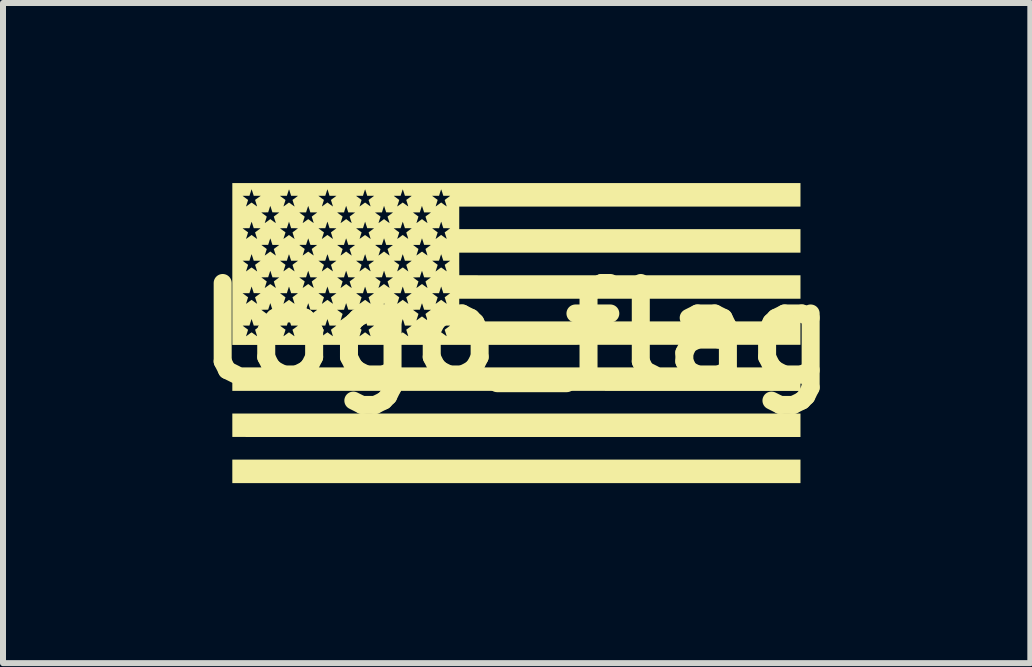
<source format=kicad_pcb>
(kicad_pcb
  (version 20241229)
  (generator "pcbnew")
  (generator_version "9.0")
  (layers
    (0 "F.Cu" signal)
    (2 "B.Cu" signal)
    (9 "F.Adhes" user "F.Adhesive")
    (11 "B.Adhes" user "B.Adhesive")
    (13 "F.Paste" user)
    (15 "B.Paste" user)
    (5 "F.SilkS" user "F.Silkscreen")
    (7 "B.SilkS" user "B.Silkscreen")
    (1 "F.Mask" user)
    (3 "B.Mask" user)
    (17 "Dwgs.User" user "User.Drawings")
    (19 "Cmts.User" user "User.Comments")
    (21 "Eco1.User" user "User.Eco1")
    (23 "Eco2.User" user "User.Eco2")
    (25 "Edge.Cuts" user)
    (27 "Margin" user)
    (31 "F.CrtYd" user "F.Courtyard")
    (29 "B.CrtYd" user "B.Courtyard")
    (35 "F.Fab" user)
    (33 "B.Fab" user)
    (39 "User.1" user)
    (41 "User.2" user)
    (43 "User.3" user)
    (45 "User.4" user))
  (footprint "logo_flag"
    (layer "F.Cu")
    (at 5.559 2.5)
    (property "Reference" "logo_flag" (at 0 0 0) (layer "F.SilkS") (effects (font (size 1.524 1.524) (thickness 0.3))))
    (attr board_only exclude_from_pos_files exclude_from_bom)
    (fp_poly (pts (xy 4.729 2.5) (xy -4.738 2.5) (xy -4.738 2.108) (xy 4.729 2.108)) (stroke (width 0) (type solid)) (fill yes) (layer "F.SilkS"))
    (fp_poly (pts (xy 4.729 1.732) (xy -0.138 1.732) (xy -0.271 1.732) (xy -0.403 1.732) (xy -0.534 1.732) (xy -0.664 1.732) (xy -0.793 1.732) (xy -0.921 1.732) (xy -1.048 1.732) (xy -1.174 1.732) (xy -1.298 1.732) (xy -1.421 1.732) (xy -1.542 1.732) (xy -1.662 1.732) (xy -1.781 1.732) (xy -1.898 1.732) (xy -2.013 1.732) (xy -2.127 1.732) (xy -2.239 1.732) (xy -2.349 1.732) (xy -2.457 1.732) (xy -2.564 1.732) (xy -2.669 1.732) (xy -2.771 1.732) (xy -2.872 1.732) (xy -2.971 1.732) (xy -3.067 1.732) (xy -3.162 1.732) (xy -3.254 1.732) (xy -3.344 1.732) (xy -3.431 1.732) (xy -3.516 1.732) (xy -3.599 1.732) (xy -3.68 1.732) (xy -3.757 1.732) (xy -3.833 1.732) (xy -3.905 1.732) (xy -3.975 1.732) (xy -4.042 1.732) (xy -4.107 1.732) (xy -4.168 1.732) (xy -4.227 1.732) (xy -4.283 1.732) (xy -4.336 1.732) (xy -4.386 1.732) (xy -4.432 1.732) (xy -4.476 1.732) (xy -4.517 1.731) (xy -4.554 1.731) (xy -4.588 1.731) (xy -4.618 1.731) (xy -4.646 1.731) (xy -4.669 1.731) (xy -4.69 1.731) (xy -4.706 1.731) (xy -4.72 1.731) (xy -4.729 1.731) (xy -4.735 1.731) (xy -4.737 1.731) (xy -4.737 1.731) (xy -4.737 1.729) (xy -4.738 1.724) (xy -4.738 1.715) (xy -4.738 1.703) (xy -4.738 1.688) (xy -4.738 1.671) (xy -4.738 1.651) (xy -4.738 1.63) (xy -4.738 1.607) (xy -4.738 1.582) (xy -4.738 1.556) (xy -4.738 1.535) (xy -4.738 1.34) (xy 4.729 1.34)) (stroke (width 0) (type solid)) (fill yes) (layer "F.SilkS"))
    (fp_poly (pts (xy 4.729 0.769) (xy 4.729 0.795) (xy 4.729 0.821) (xy 4.729 0.846) (xy 4.729 0.869) (xy 4.729 0.89) (xy 4.729 0.909) (xy 4.729 0.925) (xy 4.729 0.939) (xy 4.729 0.95) (xy 4.729 0.958) (xy 4.729 0.963) (xy 4.729 0.964) (xy 4.727 0.964) (xy 4.721 0.964) (xy 4.712 0.964) (xy 4.699 0.964) (xy 4.682 0.964) (xy 4.662 0.964) (xy 4.638 0.964) (xy 4.611 0.964) (xy 4.581 0.964) (xy 4.547 0.964) (xy 4.51 0.964) (xy 4.47 0.964) (xy 4.427 0.964) (xy 4.38 0.964) (xy 4.33 0.964) (xy 4.278 0.964) (xy 4.222 0.964) (xy 4.164 0.964) (xy 4.102 0.964) (xy 4.038 0.964) (xy 3.971 0.964) (xy 3.901 0.964) (xy 3.829 0.964) (xy 3.753 0.964) (xy 3.676 0.964) (xy 3.596 0.964) (xy 3.513 0.964) (xy 3.428 0.964) (xy 3.341 0.964) (xy 3.251 0.964) (xy 3.159 0.964) (xy 3.065 0.964) (xy 2.968 0.964) (xy 2.87 0.964) (xy 2.769 0.964) (xy 2.667 0.964) (xy 2.562 0.964) (xy 2.456 0.964) (xy 2.347 0.964) (xy 2.237 0.964) (xy 2.125 0.964) (xy 2.012 0.964) (xy 1.896 0.964) (xy 1.779 0.964) (xy 1.661 0.964) (xy 1.541 0.964) (xy 1.42 0.963) (xy 1.297 0.963) (xy 1.173 0.963) (xy 1.047 0.963) (xy 0.921 0.963) (xy 0.793 0.963) (xy 0.664 0.963) (xy 0.534 0.963) (xy 0.402 0.963) (xy 0.27 0.963) (xy 0.137 0.963) (xy 0.003 0.963) (xy -0.005 0.963) (xy -4.738 0.963) (xy -4.738 0.572) (xy 4.729 0.572)) (stroke (width 0) (type solid)) (fill yes) (layer "F.SilkS"))
    (fp_poly (pts (xy 4.729 -2.108) (xy -0.957 -2.108) (xy -0.957 -1.732) (xy 4.729 -1.732) (xy 4.729 -1.34) (xy -0.957 -1.34) (xy -0.957 -1.152) (xy -0.956 -0.964) (xy 1.886 -0.963) (xy 4.729 -0.963) (xy 4.729 -0.572) (xy -0.957 -0.572) (xy -0.957 -0.195) (xy 4.729 -0.195) (xy 4.729 0.195) (xy 2.831 0.195) (xy 2.754 0.195) (xy 2.673 0.195) (xy 2.588 0.195) (xy 2.5 0.195) (xy 2.409 0.195) (xy 2.315 0.195) (xy 2.218 0.195) (xy 2.118 0.195) (xy 2.015 0.195) (xy 1.91 0.195) (xy 1.802 0.195) (xy 1.692 0.195) (xy 1.58 0.195) (xy 1.466 0.195) (xy 1.351 0.195) (xy 1.233 0.195) (xy 1.114 0.195) (xy 0.993 0.196) (xy 0.872 0.196) (xy 0.749 0.196) (xy 0.625 0.196) (xy 0.5 0.196) (xy 0.375 0.196) (xy 0.248 0.196) (xy 0.122 0.196) (xy -0.005 0.196) (xy -0.132 0.196) (xy -0.259 0.196) (xy -0.386 0.196) (xy -0.513 0.196) (xy -0.639 0.196) (xy -0.765 0.196) (xy -0.89 0.196) (xy -1.014 0.196) (xy -1.137 0.196) (xy -1.26 0.196) (xy -1.381 0.196) (xy -1.5 0.196) (xy -1.618 0.196) (xy -1.735 0.196) (xy -1.85 0.196) (xy -1.902 0.196) (xy -4.738 0.198) (xy -4.738 -0.123) (xy -4.565 -0.123) (xy -4.563 -0.122) (xy -4.559 -0.118) (xy -4.552 -0.113) (xy -4.544 -0.107) (xy -4.534 -0.099) (xy -4.523 -0.091) (xy -4.52 -0.089) (xy -4.507 -0.079) (xy -4.496 -0.072) (xy -4.489 -0.066) (xy -4.483 -0.061) (xy -4.479 -0.058) (xy -4.477 -0.056) (xy -4.476 -0.054) (xy -4.476 -0.052) (xy -4.476 -0.052) (xy -4.477 -0.05) (xy -4.479 -0.044) (xy -4.482 -0.035) (xy -4.485 -0.025) (xy -4.489 -0.012) (xy -4.493 0.001) (xy -4.493 0.001) (xy -4.498 0.016) (xy -4.502 0.028) (xy -4.505 0.037) (xy -4.507 0.044) (xy -4.508 0.048) (xy -4.509 0.051) (xy -4.509 0.052) (xy -4.509 0.053) (xy -4.508 0.053) (xy -4.507 0.052) (xy -4.502 0.049) (xy -4.496 0.044) (xy -4.487 0.038) (xy -4.477 0.031) (xy -4.466 0.023) (xy -4.464 0.021) (xy -4.453 0.013) (xy -4.443 0.005) (xy -4.434 -0.001) (xy -4.426 -0.006) (xy -4.421 -0.01) (xy -4.419 -0.012) (xy -4.419 -0.012) (xy -4.417 -0.011) (xy -4.412 -0.008) (xy -4.404 -0.004) (xy -4.394 0.003) (xy -4.383 0.012) (xy -4.371 0.02) (xy -4.36 0.028) (xy -4.349 0.036) (xy -4.34 0.042) (xy -4.333 0.048) (xy -4.328 0.051) (xy -4.325 0.053) (xy -4.325 0.053) (xy -4.325 0.051) (xy -4.326 0.047) (xy -4.328 0.039) (xy -4.331 0.03) (xy -4.335 0.02) (xy -4.335 0.018) (xy -4.339 0.006) (xy -4.343 -0.007) (xy -4.347 -0.019) (xy -4.351 -0.03) (xy -4.352 -0.036) (xy -4.359 -0.056) (xy -4.312 -0.09) (xy -4.267 -0.124) (xy -3.942 -0.124) (xy -3.941 -0.122) (xy -3.937 -0.119) (xy -3.93 -0.114) (xy -3.922 -0.108) (xy -3.912 -0.1) (xy -3.901 -0.092) (xy -3.901 -0.092) (xy -3.89 -0.084) (xy -3.88 -0.077) (xy -3.871 -0.07) (xy -3.863 -0.065) (xy -3.858 -0.061) (xy -3.856 -0.059) (xy -3.851 -0.056) (xy -3.856 -0.042) (xy -3.858 -0.035) (xy -3.861 -0.026) (xy -3.864 -0.015) (xy -3.868 -0.003) (xy -3.872 0.009) (xy -3.873 0.011) (xy -3.877 0.023) (xy -3.88 0.033) (xy -3.883 0.042) (xy -3.885 0.048) (xy -3.885 0.051) (xy -3.886 0.052) (xy -3.885 0.052) (xy -3.885 0.053) (xy -3.884 0.052) (xy -3.882 0.051) (xy -3.879 0.049) (xy -3.874 0.046) (xy -3.868 0.041) (xy -3.859 0.034) (xy -3.847 0.026) (xy -3.839 0.02) (xy -3.828 0.012) (xy -3.818 0.004) (xy -3.809 -0.002) (xy -3.802 -0.007) (xy -3.797 -0.01) (xy -3.795 -0.012) (xy -3.795 -0.012) (xy -3.793 -0.011) (xy -3.788 -0.008) (xy -3.781 -0.004) (xy -3.772 0.003) (xy -3.761 0.011) (xy -3.749 0.019) (xy -3.738 0.027) (xy -3.727 0.035) (xy -3.718 0.042) (xy -3.711 0.047) (xy -3.705 0.051) (xy -3.703 0.052) (xy -3.703 0.052) (xy -3.702 0.051) (xy -3.703 0.046) (xy -3.706 0.039) (xy -3.709 0.028) (xy -3.712 0.016) (xy -3.717 0.002) (xy -3.718 -0.001) (xy -3.722 -0.015) (xy -3.726 -0.027) (xy -3.73 -0.038) (xy -3.733 -0.047) (xy -3.735 -0.053) (xy -3.736 -0.056) (xy -3.736 -0.056) (xy -3.734 -0.057) (xy -3.73 -0.06) (xy -3.724 -0.065) (xy -3.715 -0.071) (xy -3.705 -0.078) (xy -3.694 -0.086) (xy -3.69 -0.089) (xy -3.679 -0.098) (xy -3.669 -0.105) (xy -3.66 -0.112) (xy -3.652 -0.117) (xy -3.647 -0.121) (xy -3.645 -0.123) (xy -3.645 -0.124) (xy -3.647 -0.124) (xy -3.649 -0.124) (xy -3.304 -0.124) (xy -3.211 -0.056) (xy -3.216 -0.042) (xy -3.218 -0.036) (xy -3.221 -0.027) (xy -3.224 -0.016) (xy -3.228 -0.003) (xy -3.232 0.009) (xy -3.233 0.013) (xy -3.237 0.024) (xy -3.24 0.035) (xy -3.243 0.043) (xy -3.244 0.049) (xy -3.245 0.053) (xy -3.245 0.053) (xy -3.243 0.052) (xy -3.239 0.049) (xy -3.232 0.044) (xy -3.224 0.038) (xy -3.214 0.031) (xy -3.202 0.022) (xy -3.199 0.02) (xy -3.186 0.01) (xy -3.175 0.002) (xy -3.165 -0.004) (xy -3.158 -0.009) (xy -3.153 -0.011) (xy -3.151 -0.012) (xy -3.149 -0.011) (xy -3.145 -0.007) (xy -3.138 -0.002) (xy -3.129 0.004) (xy -3.119 0.012) (xy -3.108 0.02) (xy -3.106 0.021) (xy -3.095 0.029) (xy -3.084 0.037) (xy -3.076 0.043) (xy -3.069 0.048) (xy -3.064 0.051) (xy -3.062 0.052) (xy -3.062 0.052) (xy -3.062 0.05) (xy -3.063 0.045) (xy -3.066 0.038) (xy -3.069 0.028) (xy -3.072 0.016) (xy -3.076 0.003) (xy -3.077 0.002) (xy -3.081 -0.012) (xy -3.085 -0.024) (xy -3.088 -0.035) (xy -3.091 -0.043) (xy -3.093 -0.049) (xy -3.094 -0.052) (xy -3.094 -0.052) (xy -3.094 -0.054) (xy -3.093 -0.055) (xy -3.091 -0.058) (xy -3.087 -0.061) (xy -3.082 -0.066) (xy -3.074 -0.072) (xy -3.064 -0.079) (xy -3.051 -0.089) (xy -3.051 -0.089) (xy -3.039 -0.097) (xy -3.029 -0.105) (xy -3.02 -0.112) (xy -3.013 -0.117) (xy -3.008 -0.121) (xy -3.005 -0.123) (xy -3.005 -0.123) (xy -3.006 -0.124) (xy -2.674 -0.124) (xy -2.673 -0.122) (xy -2.669 -0.119) (xy -2.662 -0.114) (xy -2.654 -0.108) (xy -2.644 -0.1) (xy -2.633 -0.092) (xy -2.629 -0.089) (xy -2.617 -0.081) (xy -2.607 -0.073) (xy -2.598 -0.066) (xy -2.591 -0.061) (xy -2.586 -0.057) (xy -2.584 -0.054) (xy -2.584 -0.054) (xy -2.585 -0.052) (xy -2.587 -0.046) (xy -2.589 -0.038) (xy -2.593 -0.028) (xy -2.596 -0.016) (xy -2.601 -0.003) (xy -2.601 -0.001) (xy -2.606 0.012) (xy -2.61 0.024) (xy -2.613 0.035) (xy -2.616 0.043) (xy -2.618 0.049) (xy -2.619 0.052) (xy -2.619 0.052) (xy -2.619 0.053) (xy -2.618 0.053) (xy -2.615 0.051) (xy -2.61 0.048) (xy -2.603 0.043) (xy -2.593 0.036) (xy -2.581 0.027) (xy -2.574 0.022) (xy -2.563 0.014) (xy -2.553 0.007) (xy -2.544 0.000029) (xy -2.537 -0.005) (xy -2.532 -0.009) (xy -2.53 -0.01) (xy -2.528 -0.011) (xy -2.527 -0.011) (xy -2.525 -0.011) (xy -2.522 -0.01) (xy -2.518 -0.007) (xy -2.512 -0.004) (xy -2.505 0.002) (xy -2.495 0.009) (xy -2.483 0.018) (xy -2.48 0.02) (xy -2.469 0.028) (xy -2.458 0.036) (xy -2.449 0.042) (xy -2.442 0.047) (xy -2.437 0.051) (xy -2.434 0.052) (xy -2.434 0.052) (xy -2.434 0.05) (xy -2.436 0.045) (xy -2.438 0.038) (xy -2.441 0.029) (xy -2.444 0.018) (xy -2.448 0.006) (xy -2.452 -0.006) (xy -2.455 -0.018) (xy -2.459 -0.029) (xy -2.462 -0.039) (xy -2.465 -0.047) (xy -2.467 -0.052) (xy -2.467 -0.054) (xy -2.466 -0.056) (xy -2.462 -0.059) (xy -2.456 -0.064) (xy -2.447 -0.071) (xy -2.437 -0.078) (xy -2.426 -0.086) (xy -2.422 -0.089) (xy -2.411 -0.098) (xy -2.401 -0.105) (xy -2.392 -0.112) (xy -2.384 -0.117) (xy -2.379 -0.121) (xy -2.377 -0.123) (xy -2.377 -0.124) (xy -2.047 -0.124) (xy -2.045 -0.122) (xy -2.041 -0.119) (xy -2.035 -0.114) (xy -2.026 -0.108) (xy -2.017 -0.1) (xy -2.006 -0.092) (xy -2.006 -0.092) (xy -1.995 -0.084) (xy -1.984 -0.077) (xy -1.975 -0.07) (xy -1.968 -0.065) (xy -1.963 -0.061) (xy -1.96 -0.059) (xy -1.956 -0.056) (xy -1.973 -0.003) (xy -1.977 0.011) (xy -1.981 0.023) (xy -1.985 0.034) (xy -1.987 0.042) (xy -1.989 0.048) (xy -1.99 0.052) (xy -1.99 0.052) (xy -1.99 0.052) (xy -1.99 0.053) (xy -1.989 0.052) (xy -1.987 0.051) (xy -1.984 0.049) (xy -1.979 0.046) (xy -1.972 0.041) (xy -1.963 0.034) (xy -1.952 0.026) (xy -1.944 0.02) (xy -1.933 0.012) (xy -1.923 0.004) (xy -1.914 -0.002) (xy -1.907 -0.007) (xy -1.902 -0.01) (xy -1.9 -0.012) (xy -1.9 -0.012) (xy -1.898 -0.011) (xy -1.893 -0.008) (xy -1.886 -0.004) (xy -1.876 0.003) (xy -1.865 0.011) (xy -1.853 0.019) (xy -1.842 0.027) (xy -1.832 0.035) (xy -1.823 0.042) (xy -1.815 0.047) (xy -1.81 0.051) (xy -1.807 0.052) (xy -1.807 0.052) (xy -1.807 0.051) (xy -1.808 0.046) (xy -1.81 0.039) (xy -1.813 0.029) (xy -1.817 0.018) (xy -1.821 0.004) (xy -1.823 -0.001) (xy -1.827 -0.015) (xy -1.831 -0.027) (xy -1.835 -0.038) (xy -1.837 -0.047) (xy -1.839 -0.053) (xy -1.84 -0.056) (xy -1.84 -0.056) (xy -1.839 -0.057) (xy -1.835 -0.06) (xy -1.828 -0.065) (xy -1.82 -0.071) (xy -1.81 -0.078) (xy -1.799 -0.086) (xy -1.795 -0.089) (xy -1.784 -0.098) (xy -1.773 -0.105) (xy -1.764 -0.112) (xy -1.757 -0.117) (xy -1.752 -0.121) (xy -1.75 -0.123) (xy -1.75 -0.124) (xy -1.751 -0.124) (xy -1.753 -0.124) (xy -1.409 -0.124) (xy -1.362 -0.09) (xy -1.316 -0.056) (xy -1.322 -0.036) (xy -1.325 -0.028) (xy -1.329 -0.016) (xy -1.333 -0.004) (xy -1.337 0.009) (xy -1.34 0.018) (xy -1.343 0.029) (xy -1.346 0.039) (xy -1.348 0.046) (xy -1.349 0.051) (xy -1.35 0.053) (xy -1.35 0.053) (xy -1.348 0.052) (xy -1.344 0.049) (xy -1.337 0.044) (xy -1.328 0.038) (xy -1.318 0.031) (xy -1.307 0.022) (xy -1.303 0.02) (xy -1.291 0.01) (xy -1.279 0.002) (xy -1.27 -0.004) (xy -1.263 -0.009) (xy -1.258 -0.011) (xy -1.256 -0.012) (xy -1.254 -0.011) (xy -1.249 -0.007) (xy -1.242 -0.002) (xy -1.234 0.004) (xy -1.223 0.012) (xy -1.212 0.02) (xy -1.21 0.021) (xy -1.199 0.029) (xy -1.189 0.037) (xy -1.18 0.043) (xy -1.173 0.048) (xy -1.168 0.051) (xy -1.166 0.052) (xy -1.166 0.052) (xy -1.167 0.05) (xy -1.168 0.045) (xy -1.17 0.038) (xy -1.173 0.028) (xy -1.177 0.016) (xy -1.181 0.003) (xy -1.181 0.002) (xy -1.186 -0.012) (xy -1.19 -0.024) (xy -1.193 -0.035) (xy -1.196 -0.043) (xy -1.198 -0.049) (xy -1.199 -0.052) (xy -1.199 -0.052) (xy -1.199 -0.054) (xy -1.198 -0.055) (xy -1.196 -0.058) (xy -1.192 -0.061) (xy -1.186 -0.066) (xy -1.179 -0.072) (xy -1.168 -0.079) (xy -1.156 -0.089) (xy -1.155 -0.089) (xy -1.144 -0.097) (xy -1.134 -0.105) (xy -1.125 -0.112) (xy -1.117 -0.117) (xy -1.112 -0.121) (xy -1.11 -0.123) (xy -1.11 -0.123) (xy -1.111 -0.124) (xy -1.116 -0.124) (xy -1.125 -0.125) (xy -1.136 -0.125) (xy -1.15 -0.125) (xy -1.165 -0.125) (xy -1.222 -0.125) (xy -1.227 -0.141) (xy -1.235 -0.164) (xy -1.241 -0.184) (xy -1.246 -0.2) (xy -1.251 -0.213) (xy -1.254 -0.222) (xy -1.256 -0.228) (xy -1.258 -0.232) (xy -1.259 -0.232) (xy -1.259 -0.23) (xy -1.261 -0.224) (xy -1.264 -0.216) (xy -1.268 -0.206) (xy -1.271 -0.194) (xy -1.276 -0.181) (xy -1.277 -0.178) (xy -1.293 -0.125) (xy -1.351 -0.125) (xy -1.409 -0.124) (xy -1.753 -0.124) (xy -1.756 -0.124) (xy -1.764 -0.125) (xy -1.775 -0.125) (xy -1.787 -0.125) (xy -1.801 -0.125) (xy -1.806 -0.125) (xy -1.862 -0.125) (xy -1.879 -0.178) (xy -1.883 -0.191) (xy -1.887 -0.203) (xy -1.891 -0.214) (xy -1.894 -0.223) (xy -1.896 -0.229) (xy -1.897 -0.232) (xy -1.897 -0.232) (xy -1.898 -0.231) (xy -1.9 -0.226) (xy -1.903 -0.219) (xy -1.906 -0.21) (xy -1.91 -0.199) (xy -1.914 -0.187) (xy -1.918 -0.175) (xy -1.922 -0.162) (xy -1.926 -0.15) (xy -1.93 -0.138) (xy -1.932 -0.129) (xy -1.934 -0.125) (xy -1.99 -0.125) (xy -2.004 -0.125) (xy -2.017 -0.125) (xy -2.029 -0.125) (xy -2.037 -0.124) (xy -2.044 -0.124) (xy -2.047 -0.124) (xy -2.047 -0.124) (xy -2.377 -0.124) (xy -2.379 -0.124) (xy -2.384 -0.124) (xy -2.392 -0.125) (xy -2.402 -0.125) (xy -2.415 -0.125) (xy -2.428 -0.125) (xy -2.433 -0.125) (xy -2.49 -0.125) (xy -2.507 -0.179) (xy -2.512 -0.193) (xy -2.516 -0.205) (xy -2.52 -0.215) (xy -2.523 -0.224) (xy -2.525 -0.229) (xy -2.526 -0.232) (xy -2.526 -0.232) (xy -2.527 -0.23) (xy -2.529 -0.224) (xy -2.532 -0.216) (xy -2.535 -0.206) (xy -2.539 -0.194) (xy -2.544 -0.181) (xy -2.545 -0.178) (xy -2.561 -0.125) (xy -2.618 -0.125) (xy -2.632 -0.125) (xy -2.645 -0.125) (xy -2.656 -0.125) (xy -2.665 -0.124) (xy -2.671 -0.124) (xy -2.674 -0.124) (xy -2.674 -0.124) (xy -3.006 -0.124) (xy -3.007 -0.124) (xy -3.011 -0.124) (xy -3.019 -0.125) (xy -3.03 -0.125) (xy -3.043 -0.125) (xy -3.058 -0.125) (xy -3.061 -0.125) (xy -3.118 -0.125) (xy -3.12 -0.131) (xy -3.126 -0.151) (xy -3.132 -0.169) (xy -3.137 -0.186) (xy -3.142 -0.2) (xy -3.146 -0.212) (xy -3.149 -0.222) (xy -3.152 -0.228) (xy -3.153 -0.232) (xy -3.154 -0.232) (xy -3.155 -0.23) (xy -3.157 -0.224) (xy -3.159 -0.216) (xy -3.163 -0.206) (xy -3.167 -0.194) (xy -3.171 -0.181) (xy -3.172 -0.178) (xy -3.189 -0.125) (xy -3.246 -0.125) (xy -3.304 -0.124) (xy -3.649 -0.124) (xy -3.652 -0.124) (xy -3.66 -0.125) (xy -3.67 -0.125) (xy -3.683 -0.125) (xy -3.696 -0.125) (xy -3.701 -0.125) (xy -3.758 -0.125) (xy -3.775 -0.178) (xy -3.779 -0.191) (xy -3.783 -0.203) (xy -3.786 -0.214) (xy -3.789 -0.223) (xy -3.791 -0.229) (xy -3.793 -0.232) (xy -3.793 -0.232) (xy -3.794 -0.231) (xy -3.796 -0.226) (xy -3.798 -0.218) (xy -3.802 -0.208) (xy -3.807 -0.195) (xy -3.812 -0.18) (xy -3.817 -0.163) (xy -3.823 -0.144) (xy -3.827 -0.131) (xy -3.829 -0.125) (xy -3.886 -0.125) (xy -3.9 -0.125) (xy -3.913 -0.125) (xy -3.924 -0.125) (xy -3.933 -0.124) (xy -3.939 -0.124) (xy -3.942 -0.124) (xy -3.942 -0.124) (xy -4.267 -0.124) (xy -4.266 -0.124) (xy -4.324 -0.125) (xy -4.381 -0.125) (xy -4.398 -0.178) (xy -4.403 -0.192) (xy -4.407 -0.204) (xy -4.41 -0.215) (xy -4.413 -0.223) (xy -4.415 -0.229) (xy -4.416 -0.232) (xy -4.417 -0.232) (xy -4.418 -0.231) (xy -4.42 -0.227) (xy -4.422 -0.221) (xy -4.423 -0.218) (xy -4.425 -0.211) (xy -4.428 -0.201) (xy -4.432 -0.19) (xy -4.436 -0.178) (xy -4.44 -0.165) (xy -4.44 -0.163) (xy -4.453 -0.125) (xy -4.509 -0.125) (xy -4.524 -0.125) (xy -4.537 -0.125) (xy -4.548 -0.125) (xy -4.557 -0.124) (xy -4.563 -0.124) (xy -4.565 -0.124) (xy -4.565 -0.123) (xy -4.738 -0.123) (xy -4.738 -0.388) (xy -4.255 -0.388) (xy -4.21 -0.354) (xy -4.198 -0.346) (xy -4.188 -0.338) (xy -4.179 -0.331) (xy -4.172 -0.326) (xy -4.167 -0.321) (xy -4.164 -0.319) (xy -4.164 -0.319) (xy -4.165 -0.316) (xy -4.166 -0.311) (xy -4.169 -0.303) (xy -4.172 -0.294) (xy -4.175 -0.283) (xy -4.179 -0.271) (xy -4.183 -0.259) (xy -4.186 -0.247) (xy -4.19 -0.236) (xy -4.193 -0.226) (xy -4.196 -0.219) (xy -4.197 -0.214) (xy -4.198 -0.213) (xy -4.198 -0.211) (xy -4.198 -0.21) (xy -4.196 -0.211) (xy -4.191 -0.215) (xy -4.185 -0.219) (xy -4.176 -0.225) (xy -4.166 -0.233) (xy -4.155 -0.241) (xy -4.151 -0.244) (xy -4.14 -0.252) (xy -4.13 -0.26) (xy -4.12 -0.266) (xy -4.113 -0.271) (xy -4.108 -0.275) (xy -4.105 -0.277) (xy -4.105 -0.277) (xy -4.104 -0.276) (xy -4.099 -0.273) (xy -4.092 -0.268) (xy -4.084 -0.262) (xy -4.074 -0.254) (xy -4.063 -0.246) (xy -4.059 -0.244) (xy -4.047 -0.235) (xy -4.037 -0.228) (xy -4.028 -0.221) (xy -4.021 -0.216) (xy -4.016 -0.213) (xy -4.013 -0.211) (xy -4.013 -0.211) (xy -4.013 -0.213) (xy -4.015 -0.218) (xy -4.017 -0.226) (xy -4.02 -0.236) (xy -4.024 -0.248) (xy -4.028 -0.261) (xy -4.03 -0.265) (xy -4.034 -0.279) (xy -4.038 -0.291) (xy -4.041 -0.302) (xy -4.044 -0.311) (xy -4.045 -0.317) (xy -4.046 -0.32) (xy -4.046 -0.32) (xy -4.044 -0.322) (xy -4.04 -0.325) (xy -4.033 -0.33) (xy -4.024 -0.337) (xy -4.014 -0.344) (xy -4.003 -0.353) (xy -4 -0.355) (xy -3.956 -0.387) (xy -3.621 -0.387) (xy -3.62 -0.386) (xy -3.615 -0.382) (xy -3.609 -0.377) (xy -3.6 -0.371) (xy -3.59 -0.363) (xy -3.579 -0.355) (xy -3.576 -0.353) (xy -3.531 -0.32) (xy -3.534 -0.311) (xy -3.535 -0.307) (xy -3.538 -0.3) (xy -3.541 -0.29) (xy -3.544 -0.279) (xy -3.549 -0.266) (xy -3.552 -0.256) (xy -3.556 -0.244) (xy -3.559 -0.233) (xy -3.562 -0.223) (xy -3.564 -0.216) (xy -3.565 -0.212) (xy -3.566 -0.21) (xy -3.564 -0.211) (xy -3.56 -0.215) (xy -3.553 -0.219) (xy -3.544 -0.225) (xy -3.534 -0.233) (xy -3.523 -0.241) (xy -3.519 -0.244) (xy -3.508 -0.252) (xy -3.497 -0.26) (xy -3.488 -0.266) (xy -3.48 -0.271) (xy -3.475 -0.275) (xy -3.472 -0.276) (xy -3.472 -0.276) (xy -3.47 -0.275) (xy -3.465 -0.271) (xy -3.458 -0.266) (xy -3.449 -0.26) (xy -3.439 -0.253) (xy -3.428 -0.244) (xy -3.426 -0.243) (xy -3.415 -0.235) (xy -3.405 -0.227) (xy -3.396 -0.221) (xy -3.389 -0.216) (xy -3.384 -0.213) (xy -3.382 -0.212) (xy -3.382 -0.212) (xy -3.382 -0.214) (xy -3.384 -0.219) (xy -3.386 -0.227) (xy -3.389 -0.236) (xy -3.392 -0.247) (xy -3.396 -0.259) (xy -3.4 -0.271) (xy -3.403 -0.283) (xy -3.407 -0.294) (xy -3.41 -0.303) (xy -3.413 -0.311) (xy -3.414 -0.316) (xy -3.415 -0.318) (xy -3.414 -0.319) (xy -3.41 -0.323) (xy -3.403 -0.328) (xy -3.395 -0.335) (xy -3.385 -0.342) (xy -3.374 -0.35) (xy -3.37 -0.354) (xy -3.324 -0.388) (xy -2.992 -0.388) (xy -2.947 -0.355) (xy -2.935 -0.346) (xy -2.925 -0.339) (xy -2.916 -0.332) (xy -2.909 -0.326) (xy -2.903 -0.322) (xy -2.901 -0.32) (xy -2.901 -0.32) (xy -2.901 -0.318) (xy -2.902 -0.313) (xy -2.905 -0.305) (xy -2.908 -0.295) (xy -2.912 -0.283) (xy -2.916 -0.27) (xy -2.917 -0.266) (xy -2.921 -0.252) (xy -2.925 -0.24) (xy -2.929 -0.229) (xy -2.931 -0.221) (xy -2.933 -0.215) (xy -2.934 -0.212) (xy -2.934 -0.211) (xy -2.934 -0.211) (xy -2.934 -0.211) (xy -2.933 -0.211) (xy -2.931 -0.212) (xy -2.927 -0.215) (xy -2.923 -0.218) (xy -2.916 -0.223) (xy -2.907 -0.23) (xy -2.896 -0.238) (xy -2.886 -0.245) (xy -2.875 -0.253) (xy -2.865 -0.261) (xy -2.856 -0.267) (xy -2.849 -0.272) (xy -2.844 -0.275) (xy -2.842 -0.277) (xy -2.841 -0.277) (xy -2.84 -0.276) (xy -2.835 -0.273) (xy -2.829 -0.268) (xy -2.82 -0.262) (xy -2.81 -0.254) (xy -2.799 -0.246) (xy -2.795 -0.243) (xy -2.784 -0.235) (xy -2.773 -0.227) (xy -2.764 -0.221) (xy -2.757 -0.216) (xy -2.752 -0.212) (xy -2.749 -0.211) (xy -2.749 -0.211) (xy -2.75 -0.213) (xy -2.751 -0.218) (xy -2.753 -0.225) (xy -2.757 -0.235) (xy -2.76 -0.247) (xy -2.764 -0.261) (xy -2.766 -0.266) (xy -2.784 -0.32) (xy -2.738 -0.354) (xy -2.692 -0.388) (xy -2.36 -0.388) (xy -2.314 -0.354) (xy -2.303 -0.346) (xy -2.292 -0.338) (xy -2.283 -0.331) (xy -2.276 -0.326) (xy -2.271 -0.322) (xy -2.269 -0.319) (xy -2.269 -0.319) (xy -2.269 -0.317) (xy -2.271 -0.312) (xy -2.273 -0.304) (xy -2.276 -0.294) (xy -2.28 -0.283) (xy -2.283 -0.271) (xy -2.287 -0.259) (xy -2.291 -0.247) (xy -2.295 -0.236) (xy -2.298 -0.227) (xy -2.3 -0.219) (xy -2.302 -0.214) (xy -2.302 -0.213) (xy -2.303 -0.211) (xy -2.302 -0.21) (xy -2.3 -0.211) (xy -2.296 -0.215) (xy -2.289 -0.219) (xy -2.281 -0.225) (xy -2.271 -0.233) (xy -2.26 -0.241) (xy -2.256 -0.244) (xy -2.245 -0.252) (xy -2.234 -0.26) (xy -2.225 -0.266) (xy -2.218 -0.271) (xy -2.213 -0.275) (xy -2.21 -0.277) (xy -2.21 -0.277) (xy -2.208 -0.276) (xy -2.204 -0.273) (xy -2.197 -0.268) (xy -2.188 -0.262) (xy -2.178 -0.254) (xy -2.167 -0.246) (xy -2.164 -0.244) (xy -2.152 -0.235) (xy -2.142 -0.228) (xy -2.133 -0.221) (xy -2.125 -0.216) (xy -2.12 -0.213) (xy -2.118 -0.211) (xy -2.118 -0.211) (xy -2.118 -0.213) (xy -2.119 -0.218) (xy -2.122 -0.226) (xy -2.125 -0.236) (xy -2.129 -0.248) (xy -2.133 -0.261) (xy -2.134 -0.265) (xy -2.139 -0.279) (xy -2.142 -0.291) (xy -2.146 -0.302) (xy -2.148 -0.311) (xy -2.15 -0.317) (xy -2.15 -0.32) (xy -2.15 -0.32) (xy -2.149 -0.322) (xy -2.144 -0.325) (xy -2.137 -0.33) (xy -2.129 -0.337) (xy -2.119 -0.344) (xy -2.108 -0.353) (xy -2.104 -0.355) (xy -2.061 -0.387) (xy -1.726 -0.387) (xy -1.724 -0.386) (xy -1.72 -0.382) (xy -1.713 -0.377) (xy -1.705 -0.371) (xy -1.695 -0.363) (xy -1.683 -0.355) (xy -1.681 -0.353) (xy -1.636 -0.32) (xy -1.641 -0.306) (xy -1.643 -0.299) (xy -1.645 -0.29) (xy -1.649 -0.279) (xy -1.653 -0.267) (xy -1.657 -0.254) (xy -1.658 -0.251) (xy -1.662 -0.239) (xy -1.665 -0.229) (xy -1.668 -0.22) (xy -1.67 -0.214) (xy -1.67 -0.211) (xy -1.67 -0.21) (xy -1.669 -0.211) (xy -1.664 -0.215) (xy -1.658 -0.219) (xy -1.649 -0.225) (xy -1.639 -0.233) (xy -1.628 -0.241) (xy -1.624 -0.244) (xy -1.613 -0.252) (xy -1.602 -0.26) (xy -1.593 -0.266) (xy -1.586 -0.271) (xy -1.581 -0.275) (xy -1.578 -0.277) (xy -1.578 -0.277) (xy -1.576 -0.276) (xy -1.572 -0.273) (xy -1.566 -0.268) (xy -1.558 -0.262) (xy -1.548 -0.256) (xy -1.538 -0.248) (xy -1.528 -0.241) (xy -1.518 -0.234) (xy -1.508 -0.227) (xy -1.5 -0.221) (xy -1.493 -0.216) (xy -1.489 -0.212) (xy -1.488 -0.212) (xy -1.486 -0.211) (xy -1.486 -0.213) (xy -1.486 -0.214) (xy -1.487 -0.217) (xy -1.489 -0.223) (xy -1.491 -0.231) (xy -1.495 -0.241) (xy -1.498 -0.252) (xy -1.502 -0.264) (xy -1.506 -0.276) (xy -1.51 -0.288) (xy -1.513 -0.298) (xy -1.516 -0.307) (xy -1.518 -0.313) (xy -1.519 -0.317) (xy -1.519 -0.317) (xy -1.518 -0.319) (xy -1.514 -0.323) (xy -1.507 -0.329) (xy -1.498 -0.336) (xy -1.486 -0.345) (xy -1.474 -0.354) (xy -1.428 -0.388) (xy -1.485 -0.388) (xy -1.542 -0.389) (xy -1.559 -0.441) (xy -1.563 -0.455) (xy -1.567 -0.467) (xy -1.571 -0.478) (xy -1.574 -0.487) (xy -1.576 -0.493) (xy -1.577 -0.496) (xy -1.577 -0.496) (xy -1.578 -0.495) (xy -1.58 -0.491) (xy -1.583 -0.484) (xy -1.586 -0.475) (xy -1.59 -0.464) (xy -1.591 -0.459) (xy -1.595 -0.447) (xy -1.599 -0.434) (xy -1.603 -0.422) (xy -1.606 -0.412) (xy -1.608 -0.405) (xy -1.609 -0.404) (xy -1.614 -0.389) (xy -1.67 -0.389) (xy -1.684 -0.389) (xy -1.697 -0.388) (xy -1.708 -0.388) (xy -1.717 -0.388) (xy -1.723 -0.388) (xy -1.726 -0.387) (xy -1.726 -0.387) (xy -2.061 -0.387) (xy -2.06 -0.388) (xy -2.117 -0.388) (xy -2.174 -0.389) (xy -2.188 -0.434) (xy -2.193 -0.447) (xy -2.197 -0.459) (xy -2.2 -0.47) (xy -2.203 -0.48) (xy -2.205 -0.486) (xy -2.206 -0.489) (xy -2.208 -0.495) (xy -2.21 -0.497) (xy -2.211 -0.497) (xy -2.211 -0.495) (xy -2.212 -0.493) (xy -2.213 -0.489) (xy -2.215 -0.483) (xy -2.218 -0.475) (xy -2.221 -0.465) (xy -2.225 -0.453) (xy -2.23 -0.437) (xy -2.236 -0.419) (xy -2.24 -0.406) (xy -2.245 -0.39) (xy -2.36 -0.388) (xy -2.692 -0.388) (xy -2.749 -0.389) (xy -2.806 -0.39) (xy -2.812 -0.408) (xy -2.815 -0.417) (xy -2.818 -0.428) (xy -2.822 -0.44) (xy -2.826 -0.453) (xy -2.829 -0.461) (xy -2.832 -0.471) (xy -2.835 -0.481) (xy -2.838 -0.489) (xy -2.84 -0.494) (xy -2.841 -0.497) (xy -2.841 -0.497) (xy -2.841 -0.498) (xy -2.842 -0.497) (xy -2.843 -0.495) (xy -2.844 -0.492) (xy -2.846 -0.487) (xy -2.848 -0.48) (xy -2.851 -0.47) (xy -2.855 -0.458) (xy -2.86 -0.442) (xy -2.863 -0.434) (xy -2.877 -0.389) (xy -2.935 -0.388) (xy -2.992 -0.388) (xy -3.324 -0.388) (xy -3.381 -0.388) (xy -3.438 -0.389) (xy -3.454 -0.441) (xy -3.459 -0.455) (xy -3.463 -0.467) (xy -3.466 -0.478) (xy -3.469 -0.487) (xy -3.471 -0.493) (xy -3.472 -0.496) (xy -3.472 -0.496) (xy -3.473 -0.496) (xy -3.475 -0.491) (xy -3.478 -0.484) (xy -3.481 -0.474) (xy -3.485 -0.462) (xy -3.49 -0.45) (xy -3.494 -0.437) (xy -3.498 -0.425) (xy -3.501 -0.414) (xy -3.503 -0.407) (xy -3.509 -0.389) (xy -3.566 -0.389) (xy -3.58 -0.389) (xy -3.593 -0.388) (xy -3.604 -0.388) (xy -3.612 -0.388) (xy -3.618 -0.388) (xy -3.621 -0.387) (xy -3.621 -0.387) (xy -3.956 -0.387) (xy -3.955 -0.388) (xy -4.012 -0.388) (xy -4.069 -0.389) (xy -4.085 -0.436) (xy -4.09 -0.453) (xy -4.094 -0.467) (xy -4.098 -0.477) (xy -4.1 -0.485) (xy -4.102 -0.491) (xy -4.104 -0.495) (xy -4.105 -0.497) (xy -4.105 -0.498) (xy -4.106 -0.498) (xy -4.106 -0.497) (xy -4.106 -0.497) (xy -4.107 -0.494) (xy -4.109 -0.488) (xy -4.112 -0.48) (xy -4.115 -0.47) (xy -4.119 -0.458) (xy -4.123 -0.444) (xy -4.124 -0.442) (xy -4.141 -0.39) (xy -4.255 -0.388) (xy -4.738 -0.388) (xy -4.738 -0.664) (xy -4.567 -0.664) (xy -4.521 -0.631) (xy -4.509 -0.622) (xy -4.499 -0.614) (xy -4.49 -0.608) (xy -4.483 -0.602) (xy -4.478 -0.598) (xy -4.475 -0.597) (xy -4.475 -0.596) (xy -4.476 -0.594) (xy -4.477 -0.589) (xy -4.48 -0.582) (xy -4.483 -0.572) (xy -4.487 -0.56) (xy -4.491 -0.547) (xy -4.492 -0.543) (xy -4.496 -0.529) (xy -4.5 -0.517) (xy -4.504 -0.506) (xy -4.506 -0.498) (xy -4.508 -0.492) (xy -4.509 -0.489) (xy -4.509 -0.488) (xy -4.509 -0.488) (xy -4.509 -0.488) (xy -4.508 -0.488) (xy -4.506 -0.489) (xy -4.503 -0.491) (xy -4.498 -0.495) (xy -4.491 -0.499) (xy -4.483 -0.506) (xy -4.471 -0.514) (xy -4.461 -0.522) (xy -4.45 -0.53) (xy -4.44 -0.537) (xy -4.431 -0.544) (xy -4.424 -0.549) (xy -4.419 -0.552) (xy -4.417 -0.553) (xy -4.417 -0.553) (xy -4.415 -0.552) (xy -4.411 -0.549) (xy -4.404 -0.545) (xy -4.395 -0.538) (xy -4.385 -0.531) (xy -4.374 -0.523) (xy -4.371 -0.52) (xy -4.359 -0.512) (xy -4.349 -0.504) (xy -4.34 -0.498) (xy -4.332 -0.493) (xy -4.327 -0.489) (xy -4.325 -0.487) (xy -4.325 -0.487) (xy -4.324 -0.488) (xy -4.325 -0.489) (xy -4.325 -0.491) (xy -4.327 -0.496) (xy -4.329 -0.502) (xy -4.331 -0.51) (xy -4.334 -0.521) (xy -4.339 -0.534) (xy -4.344 -0.551) (xy -4.35 -0.568) (xy -4.359 -0.597) (xy -4.313 -0.631) (xy -4.267 -0.664) (xy -3.943 -0.664) (xy -3.897 -0.63) (xy -3.883 -0.62) (xy -3.872 -0.611) (xy -3.863 -0.604) (xy -3.857 -0.599) (xy -3.853 -0.595) (xy -3.852 -0.594) (xy -3.853 -0.591) (xy -3.855 -0.585) (xy -3.858 -0.577) (xy -3.861 -0.566) (xy -3.865 -0.555) (xy -3.869 -0.543) (xy -3.872 -0.531) (xy -3.876 -0.52) (xy -3.879 -0.509) (xy -3.882 -0.5) (xy -3.884 -0.493) (xy -3.885 -0.489) (xy -3.886 -0.488) (xy -3.885 -0.488) (xy -3.885 -0.488) (xy -3.884 -0.488) (xy -3.882 -0.49) (xy -3.878 -0.492) (xy -3.873 -0.496) (xy -3.867 -0.501) (xy -3.858 -0.507) (xy -3.846 -0.516) (xy -3.834 -0.525) (xy -3.823 -0.532) (xy -3.814 -0.539) (xy -3.805 -0.545) (xy -3.799 -0.55) (xy -3.795 -0.553) (xy -3.793 -0.553) (xy -3.792 -0.552) (xy -3.787 -0.549) (xy -3.781 -0.545) (xy -3.772 -0.538) (xy -3.762 -0.531) (xy -3.751 -0.523) (xy -3.747 -0.52) (xy -3.736 -0.512) (xy -3.725 -0.504) (xy -3.716 -0.498) (xy -3.709 -0.493) (xy -3.704 -0.489) (xy -3.701 -0.487) (xy -3.701 -0.487) (xy -3.701 -0.489) (xy -3.703 -0.494) (xy -3.705 -0.501) (xy -3.708 -0.51) (xy -3.711 -0.522) (xy -3.713 -0.527) (xy -3.717 -0.54) (xy -3.721 -0.553) (xy -3.725 -0.564) (xy -3.728 -0.574) (xy -3.73 -0.581) (xy -3.731 -0.582) (xy -3.735 -0.597) (xy -3.691 -0.629) (xy -3.68 -0.638) (xy -3.669 -0.645) (xy -3.66 -0.652) (xy -3.653 -0.658) (xy -3.648 -0.661) (xy -3.646 -0.663) (xy -3.646 -0.664) (xy -3.647 -0.664) (xy -3.651 -0.664) (xy -3.303 -0.664) (xy -3.211 -0.597) (xy -3.219 -0.571) (xy -3.223 -0.559) (xy -3.228 -0.545) (xy -3.232 -0.531) (xy -3.236 -0.518) (xy -3.237 -0.516) (xy -3.24 -0.506) (xy -3.243 -0.498) (xy -3.244 -0.492) (xy -3.245 -0.488) (xy -3.245 -0.487) (xy -3.244 -0.488) (xy -3.239 -0.491) (xy -3.233 -0.496) (xy -3.224 -0.502) (xy -3.214 -0.509) (xy -3.203 -0.518) (xy -3.199 -0.52) (xy -3.188 -0.529) (xy -3.178 -0.536) (xy -3.168 -0.543) (xy -3.161 -0.548) (xy -3.156 -0.552) (xy -3.153 -0.553) (xy -3.153 -0.553) (xy -3.152 -0.552) (xy -3.147 -0.549) (xy -3.14 -0.545) (xy -3.132 -0.538) (xy -3.122 -0.531) (xy -3.111 -0.523) (xy -3.107 -0.52) (xy -3.096 -0.512) (xy -3.085 -0.505) (xy -3.076 -0.498) (xy -3.069 -0.493) (xy -3.064 -0.49) (xy -3.062 -0.488) (xy -3.061 -0.488) (xy -3.062 -0.49) (xy -3.063 -0.495) (xy -3.065 -0.502) (xy -3.068 -0.512) (xy -3.072 -0.522) (xy -3.075 -0.534) (xy -3.079 -0.546) (xy -3.083 -0.558) (xy -3.086 -0.569) (xy -3.089 -0.579) (xy -3.092 -0.587) (xy -3.094 -0.593) (xy -3.095 -0.594) (xy -3.093 -0.596) (xy -3.089 -0.6) (xy -3.083 -0.605) (xy -3.075 -0.611) (xy -3.065 -0.619) (xy -3.054 -0.627) (xy -3.049 -0.63) (xy -3.004 -0.664) (xy -2.674 -0.664) (xy -2.672 -0.662) (xy -2.667 -0.659) (xy -2.661 -0.654) (xy -2.652 -0.647) (xy -2.642 -0.64) (xy -2.631 -0.632) (xy -2.628 -0.629) (xy -2.614 -0.619) (xy -2.602 -0.61) (xy -2.593 -0.603) (xy -2.587 -0.598) (xy -2.584 -0.595) (xy -2.584 -0.594) (xy -2.585 -0.592) (xy -2.587 -0.586) (xy -2.59 -0.578) (xy -2.593 -0.568) (xy -2.597 -0.556) (xy -2.601 -0.542) (xy -2.602 -0.541) (xy -2.606 -0.527) (xy -2.61 -0.515) (xy -2.613 -0.505) (xy -2.616 -0.497) (xy -2.618 -0.491) (xy -2.619 -0.489) (xy -2.619 -0.489) (xy -2.619 -0.488) (xy -2.618 -0.488) (xy -2.616 -0.489) (xy -2.612 -0.491) (xy -2.607 -0.495) (xy -2.599 -0.501) (xy -2.588 -0.508) (xy -2.575 -0.518) (xy -2.572 -0.52) (xy -2.56 -0.529) (xy -2.55 -0.536) (xy -2.54 -0.543) (xy -2.533 -0.548) (xy -2.527 -0.551) (xy -2.524 -0.553) (xy -2.524 -0.553) (xy -2.522 -0.551) (xy -2.517 -0.548) (xy -2.51 -0.543) (xy -2.502 -0.537) (xy -2.491 -0.529) (xy -2.48 -0.521) (xy -2.478 -0.52) (xy -2.467 -0.511) (xy -2.457 -0.504) (xy -2.448 -0.498) (xy -2.441 -0.493) (xy -2.436 -0.49) (xy -2.434 -0.489) (xy -2.434 -0.489) (xy -2.435 -0.491) (xy -2.436 -0.496) (xy -2.438 -0.503) (xy -2.441 -0.513) (xy -2.444 -0.524) (xy -2.448 -0.536) (xy -2.452 -0.548) (xy -2.456 -0.56) (xy -2.459 -0.571) (xy -2.462 -0.58) (xy -2.465 -0.588) (xy -2.467 -0.593) (xy -2.467 -0.594) (xy -2.466 -0.596) (xy -2.462 -0.6) (xy -2.456 -0.605) (xy -2.447 -0.611) (xy -2.438 -0.619) (xy -2.427 -0.627) (xy -2.426 -0.627) (xy -2.414 -0.636) (xy -2.404 -0.643) (xy -2.395 -0.65) (xy -2.388 -0.656) (xy -2.382 -0.66) (xy -2.38 -0.662) (xy -2.38 -0.662) (xy -2.379 -0.663) (xy -2.379 -0.664) (xy -2.379 -0.664) (xy -2.38 -0.664) (xy -2.048 -0.664) (xy -2.002 -0.63) (xy -1.987 -0.619) (xy -1.974 -0.61) (xy -1.965 -0.603) (xy -1.96 -0.598) (xy -1.957 -0.595) (xy -1.957 -0.594) (xy -1.958 -0.591) (xy -1.96 -0.584) (xy -1.963 -0.576) (xy -1.966 -0.566) (xy -1.97 -0.554) (xy -1.973 -0.542) (xy -1.977 -0.53) (xy -1.981 -0.519) (xy -1.984 -0.509) (xy -1.987 -0.5) (xy -1.989 -0.493) (xy -1.99 -0.489) (xy -1.99 -0.489) (xy -1.99 -0.488) (xy -1.99 -0.488) (xy -1.989 -0.488) (xy -1.987 -0.49) (xy -1.983 -0.492) (xy -1.979 -0.495) (xy -1.972 -0.5) (xy -1.963 -0.506) (xy -1.952 -0.515) (xy -1.939 -0.525) (xy -1.928 -0.532) (xy -1.918 -0.539) (xy -1.91 -0.545) (xy -1.904 -0.55) (xy -1.9 -0.553) (xy -1.898 -0.553) (xy -1.896 -0.552) (xy -1.892 -0.549) (xy -1.885 -0.545) (xy -1.877 -0.538) (xy -1.867 -0.531) (xy -1.855 -0.523) (xy -1.852 -0.52) (xy -1.84 -0.512) (xy -1.83 -0.504) (xy -1.821 -0.498) (xy -1.814 -0.493) (xy -1.809 -0.489) (xy -1.806 -0.487) (xy -1.806 -0.487) (xy -1.806 -0.489) (xy -1.807 -0.494) (xy -1.81 -0.501) (xy -1.813 -0.51) (xy -1.816 -0.522) (xy -1.818 -0.527) (xy -1.822 -0.54) (xy -1.826 -0.553) (xy -1.83 -0.564) (xy -1.833 -0.574) (xy -1.835 -0.581) (xy -1.836 -0.582) (xy -1.84 -0.597) (xy -1.796 -0.629) (xy -1.784 -0.638) (xy -1.774 -0.645) (xy -1.765 -0.652) (xy -1.758 -0.658) (xy -1.753 -0.661) (xy -1.75 -0.663) (xy -1.75 -0.664) (xy -1.752 -0.664) (xy -1.755 -0.664) (xy -1.408 -0.664) (xy -1.316 -0.597) (xy -1.324 -0.571) (xy -1.328 -0.559) (xy -1.332 -0.545) (xy -1.337 -0.531) (xy -1.341 -0.518) (xy -1.342 -0.516) (xy -1.345 -0.506) (xy -1.347 -0.498) (xy -1.349 -0.492) (xy -1.35 -0.488) (xy -1.35 -0.487) (xy -1.348 -0.488) (xy -1.344 -0.491) (xy -1.337 -0.496) (xy -1.329 -0.502) (xy -1.319 -0.509) (xy -1.308 -0.518) (xy -1.304 -0.52) (xy -1.293 -0.529) (xy -1.282 -0.536) (xy -1.273 -0.543) (xy -1.266 -0.548) (xy -1.261 -0.552) (xy -1.258 -0.553) (xy -1.258 -0.553) (xy -1.256 -0.552) (xy -1.252 -0.549) (xy -1.245 -0.545) (xy -1.236 -0.538) (xy -1.226 -0.531) (xy -1.215 -0.523) (xy -1.212 -0.52) (xy -1.2 -0.512) (xy -1.19 -0.505) (xy -1.181 -0.498) (xy -1.174 -0.493) (xy -1.169 -0.49) (xy -1.166 -0.488) (xy -1.166 -0.488) (xy -1.166 -0.49) (xy -1.168 -0.495) (xy -1.17 -0.502) (xy -1.173 -0.512) (xy -1.176 -0.522) (xy -1.18 -0.534) (xy -1.184 -0.546) (xy -1.187 -0.558) (xy -1.191 -0.569) (xy -1.194 -0.579) (xy -1.197 -0.587) (xy -1.199 -0.593) (xy -1.199 -0.594) (xy -1.198 -0.596) (xy -1.194 -0.6) (xy -1.188 -0.605) (xy -1.179 -0.611) (xy -1.169 -0.619) (xy -1.158 -0.627) (xy -1.154 -0.63) (xy -1.108 -0.664) (xy -1.165 -0.665) (xy -1.222 -0.665) (xy -1.231 -0.694) (xy -1.235 -0.707) (xy -1.24 -0.721) (xy -1.245 -0.736) (xy -1.249 -0.748) (xy -1.249 -0.75) (xy -1.258 -0.776) (xy -1.273 -0.729) (xy -1.277 -0.716) (xy -1.281 -0.703) (xy -1.285 -0.692) (xy -1.288 -0.683) (xy -1.29 -0.676) (xy -1.291 -0.673) (xy -1.293 -0.665) (xy -1.351 -0.665) (xy -1.408 -0.664) (xy -1.755 -0.664) (xy -1.757 -0.664) (xy -1.765 -0.665) (xy -1.776 -0.665) (xy -1.789 -0.665) (xy -1.804 -0.665) (xy -1.806 -0.665) (xy -1.862 -0.665) (xy -1.867 -0.679) (xy -1.872 -0.697) (xy -1.878 -0.714) (xy -1.883 -0.729) (xy -1.887 -0.743) (xy -1.891 -0.755) (xy -1.894 -0.764) (xy -1.897 -0.771) (xy -1.898 -0.774) (xy -1.898 -0.775) (xy -1.899 -0.773) (xy -1.901 -0.768) (xy -1.903 -0.76) (xy -1.907 -0.75) (xy -1.91 -0.738) (xy -1.915 -0.725) (xy -1.916 -0.72) (xy -1.934 -0.665) (xy -2.048 -0.664) (xy -2.38 -0.664) (xy -2.382 -0.665) (xy -2.386 -0.665) (xy -2.392 -0.665) (xy -2.401 -0.665) (xy -2.413 -0.665) (xy -2.429 -0.665) (xy -2.433 -0.665) (xy -2.49 -0.665) (xy -2.497 -0.687) (xy -2.5 -0.696) (xy -2.503 -0.707) (xy -2.508 -0.72) (xy -2.512 -0.733) (xy -2.514 -0.742) (xy -2.518 -0.752) (xy -2.521 -0.761) (xy -2.524 -0.768) (xy -2.526 -0.772) (xy -2.527 -0.773) (xy -2.527 -0.771) (xy -2.529 -0.765) (xy -2.532 -0.757) (xy -2.535 -0.747) (xy -2.539 -0.734) (xy -2.544 -0.721) (xy -2.545 -0.718) (xy -2.561 -0.665) (xy -2.618 -0.665) (xy -2.632 -0.665) (xy -2.645 -0.665) (xy -2.656 -0.665) (xy -2.665 -0.665) (xy -2.671 -0.664) (xy -2.673 -0.664) (xy -2.674 -0.664) (xy -3.004 -0.664) (xy -3.003 -0.664) (xy -3.06 -0.665) (xy -3.117 -0.665) (xy -3.128 -0.697) (xy -3.132 -0.71) (xy -3.136 -0.723) (xy -3.14 -0.737) (xy -3.144 -0.748) (xy -3.146 -0.752) (xy -3.153 -0.776) (xy -3.17 -0.726) (xy -3.174 -0.713) (xy -3.178 -0.7) (xy -3.181 -0.689) (xy -3.184 -0.68) (xy -3.186 -0.674) (xy -3.187 -0.671) (xy -3.187 -0.671) (xy -3.188 -0.665) (xy -3.303 -0.664) (xy -3.651 -0.664) (xy -3.652 -0.664) (xy -3.66 -0.665) (xy -3.67 -0.665) (xy -3.683 -0.665) (xy -3.697 -0.665) (xy -3.701 -0.665) (xy -3.758 -0.665) (xy -3.762 -0.679) (xy -3.769 -0.702) (xy -3.776 -0.721) (xy -3.781 -0.737) (xy -3.785 -0.75) (xy -3.788 -0.76) (xy -3.791 -0.767) (xy -3.793 -0.771) (xy -3.794 -0.773) (xy -3.794 -0.773) (xy -3.795 -0.771) (xy -3.797 -0.765) (xy -3.8 -0.757) (xy -3.803 -0.747) (xy -3.807 -0.734) (xy -3.812 -0.721) (xy -3.813 -0.718) (xy -3.829 -0.665) (xy -3.943 -0.664) (xy -4.267 -0.664) (xy -4.324 -0.665) (xy -4.381 -0.666) (xy -4.398 -0.72) (xy -4.403 -0.733) (xy -4.407 -0.746) (xy -4.41 -0.756) (xy -4.413 -0.765) (xy -4.415 -0.771) (xy -4.416 -0.774) (xy -4.417 -0.774) (xy -4.417 -0.774) (xy -4.417 -0.774) (xy -4.418 -0.772) (xy -4.419 -0.769) (xy -4.421 -0.765) (xy -4.423 -0.758) (xy -4.426 -0.75) (xy -4.429 -0.738) (xy -4.434 -0.724) (xy -4.439 -0.707) (xy -4.441 -0.702) (xy -4.453 -0.665) (xy -4.51 -0.665) (xy -4.567 -0.664) (xy -4.738 -0.664) (xy -4.738 -0.928) (xy -4.255 -0.928) (xy -4.209 -0.895) (xy -4.198 -0.886) (xy -4.188 -0.878) (xy -4.179 -0.872) (xy -4.172 -0.866) (xy -4.167 -0.862) (xy -4.164 -0.86) (xy -4.164 -0.86) (xy -4.165 -0.857) (xy -4.166 -0.852) (xy -4.169 -0.845) (xy -4.172 -0.835) (xy -4.175 -0.824) (xy -4.179 -0.812) (xy -4.183 -0.8) (xy -4.186 -0.788) (xy -4.19 -0.777) (xy -4.193 -0.767) (xy -4.195 -0.76) (xy -4.197 -0.755) (xy -4.198 -0.753) (xy -4.198 -0.752) (xy -4.198 -0.751) (xy -4.198 -0.751) (xy -4.196 -0.752) (xy -4.193 -0.754) (xy -4.189 -0.757) (xy -4.183 -0.761) (xy -4.175 -0.767) (xy -4.164 -0.775) (xy -4.151 -0.784) (xy -4.14 -0.792) (xy -4.13 -0.8) (xy -4.121 -0.806) (xy -4.114 -0.811) (xy -4.109 -0.815) (xy -4.107 -0.816) (xy -4.107 -0.816) (xy -4.104 -0.815) (xy -4.1 -0.812) (xy -4.092 -0.808) (xy -4.083 -0.802) (xy -4.073 -0.794) (xy -4.061 -0.786) (xy -4.059 -0.784) (xy -4.047 -0.776) (xy -4.037 -0.768) (xy -4.028 -0.762) (xy -4.021 -0.757) (xy -4.016 -0.753) (xy -4.013 -0.752) (xy -4.013 -0.751) (xy -4.013 -0.753) (xy -4.015 -0.758) (xy -4.017 -0.766) (xy -4.02 -0.776) (xy -4.024 -0.788) (xy -4.028 -0.801) (xy -4.03 -0.806) (xy -4.035 -0.823) (xy -4.039 -0.837) (xy -4.042 -0.848) (xy -4.045 -0.856) (xy -4.045 -0.861) (xy -4.045 -0.862) (xy -4.043 -0.863) (xy -4.039 -0.867) (xy -4.032 -0.872) (xy -4.023 -0.878) (xy -4.013 -0.886) (xy -4.002 -0.894) (xy -3.999 -0.896) (xy -3.956 -0.928) (xy -3.623 -0.928) (xy -3.578 -0.895) (xy -3.567 -0.887) (xy -3.556 -0.879) (xy -3.547 -0.872) (xy -3.54 -0.867) (xy -3.535 -0.863) (xy -3.532 -0.861) (xy -3.532 -0.861) (xy -3.533 -0.859) (xy -3.534 -0.854) (xy -3.536 -0.846) (xy -3.539 -0.836) (xy -3.543 -0.824) (xy -3.547 -0.811) (xy -3.548 -0.807) (xy -3.553 -0.794) (xy -3.557 -0.782) (xy -3.56 -0.771) (xy -3.563 -0.762) (xy -3.564 -0.756) (xy -3.565 -0.753) (xy -3.565 -0.753) (xy -3.564 -0.753) (xy -3.56 -0.756) (xy -3.554 -0.76) (xy -3.546 -0.765) (xy -3.536 -0.772) (xy -3.533 -0.775) (xy -3.522 -0.782) (xy -3.511 -0.79) (xy -3.502 -0.797) (xy -3.494 -0.803) (xy -3.488 -0.807) (xy -3.487 -0.808) (xy -3.481 -0.812) (xy -3.476 -0.815) (xy -3.473 -0.817) (xy -3.473 -0.817) (xy -3.471 -0.816) (xy -3.467 -0.813) (xy -3.46 -0.808) (xy -3.451 -0.802) (xy -3.441 -0.794) (xy -3.43 -0.786) (xy -3.427 -0.784) (xy -3.416 -0.776) (xy -3.405 -0.768) (xy -3.396 -0.762) (xy -3.389 -0.757) (xy -3.384 -0.754) (xy -3.382 -0.753) (xy -3.382 -0.753) (xy -3.382 -0.755) (xy -3.384 -0.76) (xy -3.386 -0.768) (xy -3.389 -0.778) (xy -3.393 -0.79) (xy -3.397 -0.803) (xy -3.398 -0.805) (xy -3.402 -0.818) (xy -3.406 -0.83) (xy -3.409 -0.841) (xy -3.412 -0.849) (xy -3.413 -0.855) (xy -3.414 -0.858) (xy -3.414 -0.858) (xy -3.413 -0.86) (xy -3.409 -0.864) (xy -3.402 -0.869) (xy -3.394 -0.876) (xy -3.384 -0.883) (xy -3.373 -0.892) (xy -3.369 -0.894) (xy -3.324 -0.928) (xy -2.991 -0.928) (xy -2.947 -0.896) (xy -2.936 -0.887) (xy -2.925 -0.88) (xy -2.916 -0.873) (xy -2.909 -0.868) (xy -2.904 -0.864) (xy -2.901 -0.862) (xy -2.901 -0.862) (xy -2.901 -0.86) (xy -2.902 -0.854) (xy -2.905 -0.846) (xy -2.908 -0.834) (xy -2.913 -0.82) (xy -2.917 -0.807) (xy -2.921 -0.793) (xy -2.925 -0.781) (xy -2.928 -0.77) (xy -2.931 -0.761) (xy -2.933 -0.755) (xy -2.934 -0.752) (xy -2.934 -0.751) (xy -2.933 -0.751) (xy -2.932 -0.752) (xy -2.93 -0.754) (xy -2.925 -0.757) (xy -2.918 -0.762) (xy -2.909 -0.769) (xy -2.899 -0.776) (xy -2.888 -0.784) (xy -2.886 -0.785) (xy -2.875 -0.794) (xy -2.865 -0.801) (xy -2.856 -0.807) (xy -2.849 -0.812) (xy -2.844 -0.815) (xy -2.842 -0.817) (xy -2.842 -0.817) (xy -2.84 -0.816) (xy -2.835 -0.813) (xy -2.828 -0.808) (xy -2.82 -0.802) (xy -2.81 -0.795) (xy -2.798 -0.786) (xy -2.795 -0.784) (xy -2.783 -0.775) (xy -2.773 -0.768) (xy -2.764 -0.761) (xy -2.757 -0.756) (xy -2.752 -0.753) (xy -2.749 -0.751) (xy -2.749 -0.751) (xy -2.749 -0.753) (xy -2.751 -0.758) (xy -2.753 -0.765) (xy -2.756 -0.775) (xy -2.759 -0.785) (xy -2.763 -0.797) (xy -2.767 -0.809) (xy -2.771 -0.821) (xy -2.774 -0.831) (xy -2.777 -0.841) (xy -2.78 -0.849) (xy -2.782 -0.854) (xy -2.782 -0.855) (xy -2.783 -0.857) (xy -2.783 -0.859) (xy -2.782 -0.861) (xy -2.779 -0.863) (xy -2.775 -0.867) (xy -2.769 -0.871) (xy -2.76 -0.878) (xy -2.752 -0.884) (xy -2.742 -0.891) (xy -2.731 -0.899) (xy -2.721 -0.906) (xy -2.713 -0.913) (xy -2.707 -0.917) (xy -2.707 -0.917) (xy -2.692 -0.928) (xy -2.359 -0.928) (xy -2.314 -0.895) (xy -2.303 -0.886) (xy -2.292 -0.878) (xy -2.283 -0.872) (xy -2.276 -0.866) (xy -2.271 -0.862) (xy -2.269 -0.86) (xy -2.269 -0.859) (xy -2.269 -0.857) (xy -2.271 -0.852) (xy -2.273 -0.844) (xy -2.276 -0.835) (xy -2.28 -0.824) (xy -2.283 -0.812) (xy -2.287 -0.8) (xy -2.291 -0.788) (xy -2.295 -0.777) (xy -2.298 -0.767) (xy -2.3 -0.759) (xy -2.302 -0.754) (xy -2.302 -0.753) (xy -2.303 -0.752) (xy -2.303 -0.751) (xy -2.302 -0.751) (xy -2.301 -0.752) (xy -2.298 -0.754) (xy -2.293 -0.757) (xy -2.287 -0.762) (xy -2.278 -0.768) (xy -2.267 -0.776) (xy -2.256 -0.784) (xy -2.245 -0.792) (xy -2.235 -0.8) (xy -2.226 -0.806) (xy -2.219 -0.811) (xy -2.214 -0.815) (xy -2.211 -0.816) (xy -2.211 -0.816) (xy -2.209 -0.815) (xy -2.204 -0.812) (xy -2.197 -0.808) (xy -2.188 -0.802) (xy -2.177 -0.794) (xy -2.166 -0.786) (xy -2.163 -0.784) (xy -2.152 -0.776) (xy -2.141 -0.768) (xy -2.132 -0.762) (xy -2.125 -0.757) (xy -2.12 -0.753) (xy -2.118 -0.752) (xy -2.117 -0.751) (xy -2.118 -0.753) (xy -2.119 -0.758) (xy -2.122 -0.766) (xy -2.125 -0.776) (xy -2.129 -0.788) (xy -2.133 -0.801) (xy -2.134 -0.805) (xy -2.138 -0.819) (xy -2.142 -0.831) (xy -2.146 -0.842) (xy -2.148 -0.85) (xy -2.15 -0.856) (xy -2.151 -0.86) (xy -2.151 -0.86) (xy -2.15 -0.861) (xy -2.146 -0.865) (xy -2.139 -0.87) (xy -2.131 -0.876) (xy -2.121 -0.884) (xy -2.109 -0.892) (xy -2.106 -0.895) (xy -2.06 -0.928) (xy -1.727 -0.928) (xy -1.703 -0.91) (xy -1.692 -0.902) (xy -1.68 -0.893) (xy -1.669 -0.885) (xy -1.659 -0.877) (xy -1.657 -0.876) (xy -1.636 -0.861) (xy -1.643 -0.84) (xy -1.645 -0.831) (xy -1.649 -0.82) (xy -1.653 -0.808) (xy -1.657 -0.794) (xy -1.66 -0.785) (xy -1.664 -0.774) (xy -1.666 -0.765) (xy -1.669 -0.758) (xy -1.67 -0.753) (xy -1.671 -0.751) (xy -1.671 -0.751) (xy -1.669 -0.752) (xy -1.665 -0.755) (xy -1.658 -0.759) (xy -1.65 -0.766) (xy -1.64 -0.773) (xy -1.628 -0.781) (xy -1.625 -0.784) (xy -1.613 -0.792) (xy -1.603 -0.8) (xy -1.594 -0.806) (xy -1.586 -0.811) (xy -1.581 -0.815) (xy -1.578 -0.817) (xy -1.578 -0.817) (xy -1.576 -0.816) (xy -1.571 -0.813) (xy -1.565 -0.808) (xy -1.556 -0.802) (xy -1.546 -0.794) (xy -1.534 -0.786) (xy -1.531 -0.784) (xy -1.52 -0.776) (xy -1.51 -0.768) (xy -1.501 -0.762) (xy -1.494 -0.757) (xy -1.489 -0.754) (xy -1.487 -0.753) (xy -1.486 -0.753) (xy -1.487 -0.756) (xy -1.488 -0.761) (xy -1.491 -0.769) (xy -1.494 -0.779) (xy -1.498 -0.791) (xy -1.502 -0.804) (xy -1.503 -0.807) (xy -1.507 -0.821) (xy -1.511 -0.833) (xy -1.514 -0.843) (xy -1.517 -0.852) (xy -1.518 -0.858) (xy -1.519 -0.861) (xy -1.519 -0.861) (xy -1.517 -0.862) (xy -1.513 -0.865) (xy -1.506 -0.87) (xy -1.498 -0.877) (xy -1.488 -0.884) (xy -1.477 -0.893) (xy -1.473 -0.895) (xy -1.429 -0.928) (xy -1.485 -0.928) (xy -1.542 -0.929) (xy -1.559 -0.981) (xy -1.563 -0.995) (xy -1.567 -1.007) (xy -1.571 -1.018) (xy -1.574 -1.027) (xy -1.576 -1.033) (xy -1.577 -1.036) (xy -1.577 -1.037) (xy -1.578 -1.036) (xy -1.58 -1.031) (xy -1.583 -1.024) (xy -1.586 -1.014) (xy -1.591 -1.001) (xy -1.595 -0.987) (xy -1.601 -0.97) (xy -1.607 -0.952) (xy -1.61 -0.94) (xy -1.614 -0.929) (xy -1.671 -0.928) (xy -1.727 -0.928) (xy -2.06 -0.928) (xy -2.117 -0.928) (xy -2.174 -0.929) (xy -2.187 -0.971) (xy -2.193 -0.989) (xy -2.198 -1.003) (xy -2.201 -1.014) (xy -2.204 -1.023) (xy -2.206 -1.029) (xy -2.208 -1.033) (xy -2.209 -1.036) (xy -2.21 -1.037) (xy -2.21 -1.037) (xy -2.211 -1.037) (xy -2.211 -1.036) (xy -2.212 -1.034) (xy -2.214 -1.028) (xy -2.216 -1.02) (xy -2.22 -1.009) (xy -2.224 -0.997) (xy -2.228 -0.984) (xy -2.229 -0.981) (xy -2.245 -0.93) (xy -2.302 -0.929) (xy -2.359 -0.928) (xy -2.692 -0.928) (xy -2.749 -0.929) (xy -2.806 -0.93) (xy -2.823 -0.983) (xy -2.827 -0.997) (xy -2.831 -1.009) (xy -2.835 -1.02) (xy -2.838 -1.028) (xy -2.84 -1.034) (xy -2.841 -1.037) (xy -2.841 -1.038) (xy -2.842 -1.038) (xy -2.842 -1.037) (xy -2.843 -1.035) (xy -2.844 -1.032) (xy -2.846 -1.027) (xy -2.848 -1.02) (xy -2.851 -1.011) (xy -2.855 -0.999) (xy -2.86 -0.984) (xy -2.866 -0.966) (xy -2.866 -0.965) (xy -2.877 -0.929) (xy -2.934 -0.928) (xy -2.991 -0.928) (xy -3.324 -0.928) (xy -3.437 -0.929) (xy -3.454 -0.981) (xy -3.459 -0.995) (xy -3.463 -1.007) (xy -3.466 -1.018) (xy -3.469 -1.027) (xy -3.471 -1.033) (xy -3.472 -1.036) (xy -3.472 -1.037) (xy -3.473 -1.036) (xy -3.475 -1.031) (xy -3.478 -1.024) (xy -3.482 -1.014) (xy -3.486 -1.001) (xy -3.491 -0.987) (xy -3.496 -0.97) (xy -3.502 -0.952) (xy -3.506 -0.94) (xy -3.509 -0.929) (xy -3.566 -0.928) (xy -3.623 -0.928) (xy -3.956 -0.928) (xy -4.012 -0.928) (xy -4.069 -0.929) (xy -4.082 -0.968) (xy -4.088 -0.986) (xy -4.092 -1.001) (xy -4.096 -1.012) (xy -4.099 -1.021) (xy -4.101 -1.028) (xy -4.103 -1.033) (xy -4.104 -1.036) (xy -4.105 -1.037) (xy -4.106 -1.037) (xy -4.106 -1.037) (xy -4.106 -1.037) (xy -4.107 -1.034) (xy -4.109 -1.028) (xy -4.112 -1.02) (xy -4.115 -1.01) (xy -4.119 -0.998) (xy -4.123 -0.984) (xy -4.124 -0.982) (xy -4.141 -0.93) (xy -4.198 -0.929) (xy -4.255 -0.928) (xy -4.738 -0.928) (xy -4.738 -1.205) (xy -4.566 -1.205) (xy -4.521 -1.171) (xy -4.51 -1.163) (xy -4.499 -1.156) (xy -4.49 -1.149) (xy -4.483 -1.144) (xy -4.478 -1.14) (xy -4.476 -1.138) (xy -4.475 -1.138) (xy -4.476 -1.136) (xy -4.477 -1.131) (xy -4.479 -1.123) (xy -4.483 -1.113) (xy -4.486 -1.102) (xy -4.49 -1.089) (xy -4.492 -1.084) (xy -4.496 -1.07) (xy -4.5 -1.058) (xy -4.504 -1.047) (xy -4.506 -1.038) (xy -4.508 -1.032) (xy -4.509 -1.029) (xy -4.509 -1.028) (xy -4.508 -1.028) (xy -4.505 -1.03) (xy -4.503 -1.031) (xy -4.5 -1.034) (xy -4.494 -1.038) (xy -4.486 -1.044) (xy -4.477 -1.051) (xy -4.466 -1.059) (xy -4.457 -1.065) (xy -4.447 -1.073) (xy -4.437 -1.08) (xy -4.428 -1.086) (xy -4.422 -1.09) (xy -4.417 -1.092) (xy -4.415 -1.093) (xy -4.413 -1.092) (xy -4.409 -1.088) (xy -4.402 -1.083) (xy -4.393 -1.077) (xy -4.383 -1.07) (xy -4.371 -1.061) (xy -4.369 -1.06) (xy -4.358 -1.051) (xy -4.347 -1.044) (xy -4.339 -1.037) (xy -4.332 -1.032) (xy -4.327 -1.029) (xy -4.324 -1.028) (xy -4.324 -1.028) (xy -4.324 -1.029) (xy -4.325 -1.031) (xy -4.326 -1.035) (xy -4.328 -1.042) (xy -4.331 -1.05) (xy -4.335 -1.062) (xy -4.339 -1.076) (xy -4.345 -1.093) (xy -4.351 -1.114) (xy -4.353 -1.118) (xy -4.359 -1.137) (xy -4.267 -1.205) (xy -3.943 -1.205) (xy -3.898 -1.172) (xy -3.887 -1.163) (xy -3.876 -1.156) (xy -3.867 -1.149) (xy -3.86 -1.144) (xy -3.855 -1.14) (xy -3.853 -1.138) (xy -3.853 -1.137) (xy -3.853 -1.135) (xy -3.854 -1.13) (xy -3.857 -1.122) (xy -3.86 -1.112) (xy -3.863 -1.1) (xy -3.868 -1.087) (xy -3.869 -1.084) (xy -3.873 -1.071) (xy -3.877 -1.058) (xy -3.88 -1.048) (xy -3.883 -1.039) (xy -3.885 -1.033) (xy -3.885 -1.03) (xy -3.885 -1.03) (xy -3.884 -1.03) (xy -3.88 -1.031) (xy -3.875 -1.035) (xy -3.872 -1.037) (xy -3.866 -1.042) (xy -3.858 -1.048) (xy -3.848 -1.055) (xy -3.837 -1.063) (xy -3.827 -1.07) (xy -3.826 -1.071) (xy -3.817 -1.078) (xy -3.808 -1.084) (xy -3.801 -1.088) (xy -3.795 -1.092) (xy -3.792 -1.093) (xy -3.792 -1.093) (xy -3.79 -1.092) (xy -3.785 -1.088) (xy -3.778 -1.084) (xy -3.77 -1.077) (xy -3.759 -1.07) (xy -3.748 -1.062) (xy -3.746 -1.06) (xy -3.734 -1.051) (xy -3.724 -1.044) (xy -3.715 -1.038) (xy -3.708 -1.033) (xy -3.703 -1.029) (xy -3.701 -1.028) (xy -3.701 -1.028) (xy -3.701 -1.03) (xy -3.703 -1.035) (xy -3.705 -1.042) (xy -3.708 -1.052) (xy -3.712 -1.064) (xy -3.716 -1.077) (xy -3.718 -1.082) (xy -3.723 -1.098) (xy -3.727 -1.11) (xy -3.73 -1.119) (xy -3.732 -1.126) (xy -3.733 -1.131) (xy -3.733 -1.135) (xy -3.733 -1.137) (xy -3.733 -1.139) (xy -3.732 -1.139) (xy -3.73 -1.141) (xy -3.725 -1.145) (xy -3.718 -1.15) (xy -3.709 -1.157) (xy -3.699 -1.165) (xy -3.687 -1.173) (xy -3.687 -1.173) (xy -3.644 -1.205) (xy -3.303 -1.205) (xy -3.257 -1.171) (xy -3.211 -1.137) (xy -3.222 -1.103) (xy -3.229 -1.083) (xy -3.234 -1.067) (xy -3.238 -1.054) (xy -3.241 -1.044) (xy -3.243 -1.037) (xy -3.245 -1.032) (xy -3.246 -1.029) (xy -3.246 -1.027) (xy -3.246 -1.027) (xy -3.244 -1.028) (xy -3.24 -1.031) (xy -3.233 -1.036) (xy -3.225 -1.042) (xy -3.215 -1.05) (xy -3.204 -1.058) (xy -3.201 -1.06) (xy -3.189 -1.068) (xy -3.179 -1.076) (xy -3.17 -1.082) (xy -3.162 -1.088) (xy -3.157 -1.091) (xy -3.154 -1.093) (xy -3.154 -1.093) (xy -3.152 -1.092) (xy -3.147 -1.089) (xy -3.14 -1.084) (xy -3.131 -1.078) (xy -3.121 -1.071) (xy -3.11 -1.063) (xy -3.107 -1.061) (xy -3.095 -1.052) (xy -3.085 -1.045) (xy -3.076 -1.039) (xy -3.069 -1.034) (xy -3.064 -1.03) (xy -3.062 -1.029) (xy -3.061 -1.029) (xy -3.062 -1.031) (xy -3.063 -1.036) (xy -3.066 -1.044) (xy -3.069 -1.054) (xy -3.073 -1.066) (xy -3.077 -1.079) (xy -3.078 -1.083) (xy -3.082 -1.097) (xy -3.086 -1.109) (xy -3.089 -1.12) (xy -3.092 -1.128) (xy -3.093 -1.134) (xy -3.094 -1.137) (xy -3.094 -1.137) (xy -3.092 -1.139) (xy -3.088 -1.142) (xy -3.081 -1.147) (xy -3.073 -1.154) (xy -3.063 -1.161) (xy -3.052 -1.169) (xy -3.049 -1.172) (xy -3.004 -1.205) (xy -2.675 -1.205) (xy -2.63 -1.171) (xy -2.619 -1.163) (xy -2.608 -1.155) (xy -2.599 -1.149) (xy -2.592 -1.143) (xy -2.587 -1.139) (xy -2.585 -1.138) (xy -2.584 -1.137) (xy -2.585 -1.135) (xy -2.586 -1.13) (xy -2.589 -1.122) (xy -2.592 -1.112) (xy -2.595 -1.1) (xy -2.6 -1.087) (xy -2.601 -1.082) (xy -2.606 -1.068) (xy -2.61 -1.056) (xy -2.613 -1.045) (xy -2.616 -1.037) (xy -2.617 -1.031) (xy -2.618 -1.028) (xy -2.618 -1.027) (xy -2.617 -1.028) (xy -2.612 -1.031) (xy -2.606 -1.036) (xy -2.597 -1.042) (xy -2.587 -1.05) (xy -2.576 -1.058) (xy -2.573 -1.06) (xy -2.561 -1.069) (xy -2.551 -1.076) (xy -2.541 -1.083) (xy -2.534 -1.088) (xy -2.529 -1.092) (xy -2.526 -1.093) (xy -2.526 -1.094) (xy -2.524 -1.092) (xy -2.519 -1.089) (xy -2.512 -1.085) (xy -2.504 -1.078) (xy -2.493 -1.071) (xy -2.482 -1.063) (xy -2.479 -1.061) (xy -2.468 -1.052) (xy -2.458 -1.045) (xy -2.449 -1.039) (xy -2.442 -1.034) (xy -2.437 -1.031) (xy -2.434 -1.03) (xy -2.434 -1.03) (xy -2.435 -1.032) (xy -2.436 -1.038) (xy -2.438 -1.046) (xy -2.442 -1.056) (xy -2.445 -1.068) (xy -2.45 -1.081) (xy -2.451 -1.084) (xy -2.455 -1.097) (xy -2.459 -1.11) (xy -2.462 -1.12) (xy -2.465 -1.129) (xy -2.466 -1.134) (xy -2.467 -1.137) (xy -2.467 -1.137) (xy -2.465 -1.139) (xy -2.461 -1.142) (xy -2.454 -1.147) (xy -2.445 -1.154) (xy -2.435 -1.161) (xy -2.424 -1.169) (xy -2.421 -1.172) (xy -2.376 -1.205) (xy -2.048 -1.205) (xy -2.003 -1.172) (xy -1.991 -1.163) (xy -1.981 -1.156) (xy -1.972 -1.149) (xy -1.965 -1.143) (xy -1.96 -1.14) (xy -1.957 -1.138) (xy -1.957 -1.137) (xy -1.957 -1.135) (xy -1.959 -1.13) (xy -1.961 -1.122) (xy -1.964 -1.112) (xy -1.968 -1.101) (xy -1.972 -1.088) (xy -1.972 -1.087) (xy -1.978 -1.07) (xy -1.982 -1.057) (xy -1.985 -1.047) (xy -1.987 -1.039) (xy -1.989 -1.034) (xy -1.989 -1.031) (xy -1.988 -1.03) (xy -1.986 -1.03) (xy -1.984 -1.032) (xy -1.98 -1.034) (xy -1.977 -1.037) (xy -1.971 -1.042) (xy -1.962 -1.048) (xy -1.953 -1.055) (xy -1.942 -1.063) (xy -1.931 -1.07) (xy -1.931 -1.071) (xy -1.921 -1.078) (xy -1.913 -1.084) (xy -1.905 -1.088) (xy -1.9 -1.092) (xy -1.897 -1.093) (xy -1.897 -1.093) (xy -1.895 -1.092) (xy -1.89 -1.089) (xy -1.883 -1.084) (xy -1.874 -1.077) (xy -1.864 -1.07) (xy -1.853 -1.062) (xy -1.85 -1.06) (xy -1.839 -1.051) (xy -1.829 -1.044) (xy -1.82 -1.038) (xy -1.813 -1.032) (xy -1.808 -1.029) (xy -1.806 -1.027) (xy -1.806 -1.027) (xy -1.806 -1.028) (xy -1.806 -1.031) (xy -1.808 -1.037) (xy -1.811 -1.045) (xy -1.814 -1.055) (xy -1.818 -1.069) (xy -1.824 -1.086) (xy -1.83 -1.106) (xy -1.833 -1.114) (xy -1.836 -1.124) (xy -1.838 -1.13) (xy -1.838 -1.134) (xy -1.838 -1.137) (xy -1.838 -1.139) (xy -1.837 -1.139) (xy -1.835 -1.141) (xy -1.83 -1.145) (xy -1.822 -1.15) (xy -1.814 -1.157) (xy -1.803 -1.165) (xy -1.792 -1.173) (xy -1.791 -1.173) (xy -1.749 -1.205) (xy -1.407 -1.205) (xy -1.316 -1.137) (xy -1.325 -1.108) (xy -1.331 -1.089) (xy -1.337 -1.072) (xy -1.341 -1.059) (xy -1.344 -1.048) (xy -1.347 -1.04) (xy -1.349 -1.035) (xy -1.35 -1.031) (xy -1.35 -1.028) (xy -1.35 -1.027) (xy -1.35 -1.027) (xy -1.349 -1.028) (xy -1.344 -1.031) (xy -1.338 -1.036) (xy -1.329 -1.042) (xy -1.319 -1.05) (xy -1.308 -1.058) (xy -1.305 -1.06) (xy -1.294 -1.068) (xy -1.284 -1.076) (xy -1.274 -1.082) (xy -1.267 -1.088) (xy -1.262 -1.091) (xy -1.259 -1.093) (xy -1.259 -1.093) (xy -1.256 -1.092) (xy -1.252 -1.089) (xy -1.244 -1.084) (xy -1.236 -1.078) (xy -1.225 -1.071) (xy -1.214 -1.063) (xy -1.211 -1.061) (xy -1.2 -1.052) (xy -1.19 -1.045) (xy -1.181 -1.039) (xy -1.174 -1.034) (xy -1.169 -1.03) (xy -1.166 -1.029) (xy -1.166 -1.029) (xy -1.167 -1.031) (xy -1.168 -1.036) (xy -1.17 -1.044) (xy -1.173 -1.054) (xy -1.177 -1.066) (xy -1.181 -1.079) (xy -1.183 -1.083) (xy -1.187 -1.097) (xy -1.191 -1.109) (xy -1.194 -1.12) (xy -1.196 -1.128) (xy -1.198 -1.134) (xy -1.199 -1.137) (xy -1.199 -1.137) (xy -1.197 -1.139) (xy -1.193 -1.142) (xy -1.186 -1.147) (xy -1.177 -1.154) (xy -1.167 -1.161) (xy -1.156 -1.169) (xy -1.153 -1.172) (xy -1.108 -1.205) (xy -1.222 -1.206) (xy -1.24 -1.26) (xy -1.244 -1.274) (xy -1.248 -1.286) (xy -1.252 -1.297) (xy -1.255 -1.305) (xy -1.257 -1.311) (xy -1.258 -1.314) (xy -1.258 -1.314) (xy -1.259 -1.312) (xy -1.261 -1.307) (xy -1.263 -1.3) (xy -1.267 -1.289) (xy -1.271 -1.278) (xy -1.275 -1.265) (xy -1.276 -1.261) (xy -1.28 -1.247) (xy -1.284 -1.235) (xy -1.288 -1.225) (xy -1.291 -1.216) (xy -1.293 -1.21) (xy -1.294 -1.207) (xy -1.294 -1.207) (xy -1.296 -1.207) (xy -1.302 -1.206) (xy -1.31 -1.206) (xy -1.321 -1.206) (xy -1.333 -1.205) (xy -1.347 -1.205) (xy -1.351 -1.205) (xy -1.407 -1.205) (xy -1.749 -1.205) (xy -1.805 -1.205) (xy -1.862 -1.206) (xy -1.865 -1.216) (xy -1.867 -1.22) (xy -1.869 -1.228) (xy -1.873 -1.238) (xy -1.876 -1.249) (xy -1.88 -1.262) (xy -1.883 -1.271) (xy -1.888 -1.285) (xy -1.892 -1.296) (xy -1.895 -1.305) (xy -1.897 -1.311) (xy -1.899 -1.313) (xy -1.899 -1.313) (xy -1.9 -1.311) (xy -1.902 -1.305) (xy -1.905 -1.297) (xy -1.908 -1.287) (xy -1.912 -1.275) (xy -1.916 -1.261) (xy -1.917 -1.258) (xy -1.934 -1.206) (xy -2.048 -1.205) (xy -2.376 -1.205) (xy -2.433 -1.205) (xy -2.49 -1.206) (xy -2.507 -1.258) (xy -2.511 -1.272) (xy -2.515 -1.284) (xy -2.518 -1.295) (xy -2.521 -1.304) (xy -2.523 -1.31) (xy -2.525 -1.313) (xy -2.525 -1.313) (xy -2.526 -1.312) (xy -2.528 -1.308) (xy -2.53 -1.301) (xy -2.534 -1.291) (xy -2.538 -1.278) (xy -2.541 -1.271) (xy -2.545 -1.258) (xy -2.549 -1.245) (xy -2.552 -1.234) (xy -2.555 -1.225) (xy -2.557 -1.219) (xy -2.558 -1.216) (xy -2.562 -1.206) (xy -2.618 -1.205) (xy -2.675 -1.205) (xy -3.004 -1.205) (xy -3.117 -1.206) (xy -3.134 -1.258) (xy -3.138 -1.272) (xy -3.142 -1.284) (xy -3.146 -1.295) (xy -3.149 -1.304) (xy -3.151 -1.31) (xy -3.152 -1.313) (xy -3.152 -1.313) (xy -3.153 -1.312) (xy -3.155 -1.308) (xy -3.158 -1.301) (xy -3.161 -1.291) (xy -3.166 -1.278) (xy -3.17 -1.265) (xy -3.174 -1.252) (xy -3.178 -1.239) (xy -3.182 -1.228) (xy -3.185 -1.22) (xy -3.187 -1.213) (xy -3.188 -1.21) (xy -3.188 -1.21) (xy -3.189 -1.209) (xy -3.189 -1.208) (xy -3.191 -1.207) (xy -3.194 -1.206) (xy -3.198 -1.206) (xy -3.204 -1.206) (xy -3.213 -1.205) (xy -3.224 -1.205) (xy -3.239 -1.205) (xy -3.246 -1.205) (xy -3.303 -1.205) (xy -3.644 -1.205) (xy -3.701 -1.205) (xy -3.757 -1.206) (xy -3.76 -1.213) (xy -3.761 -1.217) (xy -3.763 -1.223) (xy -3.766 -1.232) (xy -3.77 -1.243) (xy -3.774 -1.256) (xy -3.778 -1.268) (xy -3.782 -1.282) (xy -3.786 -1.294) (xy -3.79 -1.303) (xy -3.792 -1.31) (xy -3.794 -1.313) (xy -3.794 -1.313) (xy -3.795 -1.311) (xy -3.797 -1.305) (xy -3.8 -1.297) (xy -3.803 -1.287) (xy -3.807 -1.275) (xy -3.812 -1.261) (xy -3.813 -1.258) (xy -3.829 -1.206) (xy -3.886 -1.205) (xy -3.943 -1.205) (xy -4.267 -1.205) (xy -4.324 -1.205) (xy -4.381 -1.206) (xy -4.398 -1.26) (xy -4.403 -1.274) (xy -4.407 -1.286) (xy -4.41 -1.297) (xy -4.413 -1.305) (xy -4.415 -1.311) (xy -4.416 -1.314) (xy -4.417 -1.314) (xy -4.417 -1.313) (xy -4.419 -1.308) (xy -4.422 -1.301) (xy -4.425 -1.292) (xy -4.428 -1.281) (xy -4.432 -1.27) (xy -4.436 -1.258) (xy -4.44 -1.246) (xy -4.443 -1.235) (xy -4.447 -1.225) (xy -4.449 -1.217) (xy -4.451 -1.212) (xy -4.452 -1.206) (xy -4.509 -1.205) (xy -4.566 -1.205) (xy -4.738 -1.205) (xy -4.738 -1.469) (xy -4.253 -1.469) (xy -4.252 -1.467) (xy -4.248 -1.464) (xy -4.241 -1.459) (xy -4.233 -1.453) (xy -4.223 -1.445) (xy -4.212 -1.437) (xy -4.209 -1.435) (xy -4.197 -1.426) (xy -4.187 -1.419) (xy -4.178 -1.412) (xy -4.171 -1.406) (xy -4.166 -1.402) (xy -4.164 -1.4) (xy -4.164 -1.4) (xy -4.165 -1.398) (xy -4.166 -1.392) (xy -4.169 -1.384) (xy -4.172 -1.374) (xy -4.176 -1.362) (xy -4.18 -1.349) (xy -4.181 -1.345) (xy -4.186 -1.331) (xy -4.189 -1.319) (xy -4.193 -1.308) (xy -4.195 -1.3) (xy -4.197 -1.294) (xy -4.198 -1.291) (xy -4.198 -1.291) (xy -4.198 -1.291) (xy -4.197 -1.291) (xy -4.196 -1.293) (xy -4.193 -1.294) (xy -4.189 -1.298) (xy -4.183 -1.302) (xy -4.175 -1.308) (xy -4.164 -1.315) (xy -4.151 -1.325) (xy -4.142 -1.332) (xy -4.105 -1.359) (xy -4.059 -1.325) (xy -4.048 -1.317) (xy -4.037 -1.309) (xy -4.028 -1.302) (xy -4.021 -1.297) (xy -4.016 -1.294) (xy -4.013 -1.292) (xy -4.013 -1.292) (xy -4.013 -1.294) (xy -4.015 -1.299) (xy -4.017 -1.306) (xy -4.02 -1.316) (xy -4.024 -1.328) (xy -4.028 -1.341) (xy -4.029 -1.346) (xy -4.034 -1.359) (xy -4.038 -1.372) (xy -4.041 -1.382) (xy -4.044 -1.391) (xy -4.046 -1.397) (xy -4.047 -1.4) (xy -4.047 -1.4) (xy -4.045 -1.402) (xy -4.041 -1.405) (xy -4.035 -1.41) (xy -4.026 -1.417) (xy -4.016 -1.424) (xy -4.005 -1.432) (xy -4.001 -1.435) (xy -3.99 -1.443) (xy -3.98 -1.451) (xy -3.971 -1.457) (xy -3.964 -1.463) (xy -3.959 -1.467) (xy -3.957 -1.468) (xy -3.957 -1.469) (xy -3.959 -1.469) (xy -3.964 -1.469) (xy -3.964 -1.469) (xy -3.622 -1.469) (xy -3.621 -1.468) (xy -3.617 -1.464) (xy -3.61 -1.46) (xy -3.603 -1.454) (xy -3.593 -1.447) (xy -3.584 -1.44) (xy -3.573 -1.432) (xy -3.564 -1.425) (xy -3.554 -1.418) (xy -3.546 -1.412) (xy -3.539 -1.407) (xy -3.535 -1.404) (xy -3.533 -1.403) (xy -3.533 -1.401) (xy -3.534 -1.395) (xy -3.536 -1.388) (xy -3.539 -1.377) (xy -3.543 -1.366) (xy -3.547 -1.352) (xy -3.548 -1.348) (xy -3.553 -1.333) (xy -3.557 -1.32) (xy -3.56 -1.311) (xy -3.562 -1.304) (xy -3.564 -1.299) (xy -3.565 -1.296) (xy -3.565 -1.294) (xy -3.565 -1.293) (xy -3.564 -1.293) (xy -3.564 -1.293) (xy -3.562 -1.294) (xy -3.558 -1.297) (xy -3.551 -1.302) (xy -3.543 -1.308) (xy -3.533 -1.315) (xy -3.522 -1.323) (xy -3.518 -1.326) (xy -3.506 -1.335) (xy -3.495 -1.342) (xy -3.486 -1.349) (xy -3.479 -1.353) (xy -3.474 -1.356) (xy -3.471 -1.357) (xy -3.471 -1.357) (xy -3.466 -1.353) (xy -3.459 -1.348) (xy -3.45 -1.341) (xy -3.44 -1.334) (xy -3.43 -1.327) (xy -3.42 -1.319) (xy -3.41 -1.312) (xy -3.401 -1.306) (xy -3.393 -1.3) (xy -3.387 -1.296) (xy -3.383 -1.294) (xy -3.382 -1.293) (xy -3.382 -1.295) (xy -3.384 -1.3) (xy -3.386 -1.308) (xy -3.389 -1.318) (xy -3.393 -1.33) (xy -3.397 -1.343) (xy -3.398 -1.348) (xy -3.403 -1.363) (xy -3.407 -1.375) (xy -3.41 -1.385) (xy -3.412 -1.392) (xy -3.413 -1.396) (xy -3.413 -1.4) (xy -3.413 -1.402) (xy -3.413 -1.403) (xy -3.412 -1.404) (xy -3.406 -1.408) (xy -3.398 -1.414) (xy -3.389 -1.421) (xy -3.379 -1.428) (xy -3.369 -1.436) (xy -3.358 -1.443) (xy -3.349 -1.45) (xy -3.34 -1.457) (xy -3.333 -1.462) (xy -3.328 -1.466) (xy -3.325 -1.468) (xy -3.325 -1.469) (xy -3.327 -1.469) (xy -3.328 -1.469) (xy -2.991 -1.469) (xy -2.989 -1.468) (xy -2.985 -1.464) (xy -2.979 -1.459) (xy -2.97 -1.453) (xy -2.96 -1.446) (xy -2.949 -1.438) (xy -2.945 -1.435) (xy -2.934 -1.426) (xy -2.924 -1.419) (xy -2.915 -1.412) (xy -2.907 -1.407) (xy -2.902 -1.403) (xy -2.9 -1.401) (xy -2.9 -1.401) (xy -2.9 -1.399) (xy -2.902 -1.394) (xy -2.905 -1.386) (xy -2.908 -1.376) (xy -2.911 -1.364) (xy -2.916 -1.351) (xy -2.917 -1.347) (xy -2.921 -1.333) (xy -2.925 -1.321) (xy -2.929 -1.31) (xy -2.931 -1.302) (xy -2.933 -1.295) (xy -2.934 -1.292) (xy -2.934 -1.292) (xy -2.933 -1.292) (xy -2.931 -1.294) (xy -2.927 -1.297) (xy -2.92 -1.301) (xy -2.912 -1.307) (xy -2.901 -1.315) (xy -2.887 -1.325) (xy -2.871 -1.337) (xy -2.855 -1.349) (xy -2.842 -1.359) (xy -2.795 -1.325) (xy -2.784 -1.316) (xy -2.773 -1.309) (xy -2.764 -1.302) (xy -2.757 -1.297) (xy -2.752 -1.293) (xy -2.749 -1.292) (xy -2.749 -1.291) (xy -2.749 -1.293) (xy -2.751 -1.298) (xy -2.753 -1.306) (xy -2.756 -1.316) (xy -2.76 -1.328) (xy -2.764 -1.341) (xy -2.765 -1.345) (xy -2.77 -1.358) (xy -2.774 -1.37) (xy -2.777 -1.381) (xy -2.78 -1.39) (xy -2.782 -1.396) (xy -2.782 -1.399) (xy -2.782 -1.4) (xy -2.781 -1.401) (xy -2.777 -1.405) (xy -2.77 -1.41) (xy -2.762 -1.417) (xy -2.752 -1.424) (xy -2.741 -1.433) (xy -2.738 -1.435) (xy -2.727 -1.443) (xy -2.716 -1.451) (xy -2.707 -1.457) (xy -2.7 -1.463) (xy -2.696 -1.467) (xy -2.693 -1.468) (xy -2.693 -1.469) (xy -2.693 -1.469) (xy -2.358 -1.469) (xy -2.356 -1.467) (xy -2.352 -1.464) (xy -2.346 -1.459) (xy -2.337 -1.453) (xy -2.327 -1.445) (xy -2.316 -1.437) (xy -2.313 -1.435) (xy -2.302 -1.426) (xy -2.292 -1.419) (xy -2.283 -1.412) (xy -2.276 -1.406) (xy -2.271 -1.402) (xy -2.269 -1.4) (xy -2.269 -1.4) (xy -2.269 -1.398) (xy -2.271 -1.393) (xy -2.273 -1.385) (xy -2.276 -1.375) (xy -2.28 -1.364) (xy -2.283 -1.353) (xy -2.287 -1.34) (xy -2.291 -1.328) (xy -2.294 -1.317) (xy -2.298 -1.308) (xy -2.3 -1.3) (xy -2.302 -1.294) (xy -2.303 -1.293) (xy -2.303 -1.292) (xy -2.303 -1.292) (xy -2.302 -1.292) (xy -2.3 -1.293) (xy -2.297 -1.295) (xy -2.293 -1.298) (xy -2.287 -1.302) (xy -2.278 -1.308) (xy -2.268 -1.316) (xy -2.254 -1.326) (xy -2.246 -1.332) (xy -2.21 -1.359) (xy -2.164 -1.325) (xy -2.152 -1.317) (xy -2.142 -1.309) (xy -2.133 -1.302) (xy -2.126 -1.297) (xy -2.12 -1.294) (xy -2.118 -1.292) (xy -2.117 -1.292) (xy -2.118 -1.294) (xy -2.119 -1.299) (xy -2.122 -1.306) (xy -2.125 -1.316) (xy -2.128 -1.328) (xy -2.133 -1.341) (xy -2.134 -1.346) (xy -2.138 -1.359) (xy -2.142 -1.372) (xy -2.146 -1.383) (xy -2.148 -1.391) (xy -2.15 -1.397) (xy -2.151 -1.4) (xy -2.151 -1.401) (xy -2.15 -1.402) (xy -2.146 -1.405) (xy -2.139 -1.41) (xy -2.131 -1.417) (xy -2.121 -1.424) (xy -2.11 -1.432) (xy -2.106 -1.435) (xy -2.061 -1.468) (xy -2.156 -1.469) (xy -1.727 -1.469) (xy -1.725 -1.468) (xy -1.721 -1.464) (xy -1.715 -1.46) (xy -1.707 -1.454) (xy -1.698 -1.447) (xy -1.688 -1.44) (xy -1.678 -1.432) (xy -1.668 -1.425) (xy -1.659 -1.418) (xy -1.651 -1.412) (xy -1.644 -1.407) (xy -1.639 -1.404) (xy -1.637 -1.403) (xy -1.638 -1.401) (xy -1.639 -1.395) (xy -1.641 -1.388) (xy -1.644 -1.377) (xy -1.647 -1.366) (xy -1.652 -1.352) (xy -1.653 -1.348) (xy -1.658 -1.333) (xy -1.662 -1.32) (xy -1.665 -1.311) (xy -1.667 -1.304) (xy -1.668 -1.299) (xy -1.669 -1.296) (xy -1.67 -1.294) (xy -1.669 -1.293) (xy -1.669 -1.293) (xy -1.669 -1.293) (xy -1.667 -1.294) (xy -1.663 -1.297) (xy -1.656 -1.302) (xy -1.648 -1.308) (xy -1.638 -1.315) (xy -1.626 -1.323) (xy -1.623 -1.326) (xy -1.611 -1.334) (xy -1.6 -1.342) (xy -1.591 -1.349) (xy -1.583 -1.353) (xy -1.578 -1.356) (xy -1.576 -1.357) (xy -1.576 -1.357) (xy -1.571 -1.353) (xy -1.563 -1.348) (xy -1.554 -1.341) (xy -1.545 -1.334) (xy -1.534 -1.327) (xy -1.524 -1.319) (xy -1.514 -1.312) (xy -1.505 -1.306) (xy -1.497 -1.3) (xy -1.491 -1.296) (xy -1.488 -1.294) (xy -1.487 -1.293) (xy -1.487 -1.295) (xy -1.488 -1.3) (xy -1.491 -1.308) (xy -1.494 -1.318) (xy -1.497 -1.33) (xy -1.501 -1.343) (xy -1.503 -1.348) (xy -1.508 -1.363) (xy -1.512 -1.375) (xy -1.514 -1.385) (xy -1.516 -1.392) (xy -1.518 -1.396) (xy -1.518 -1.4) (xy -1.518 -1.402) (xy -1.517 -1.403) (xy -1.517 -1.404) (xy -1.511 -1.408) (xy -1.503 -1.414) (xy -1.493 -1.421) (xy -1.483 -1.428) (xy -1.473 -1.436) (xy -1.463 -1.443) (xy -1.453 -1.45) (xy -1.445 -1.457) (xy -1.438 -1.462) (xy -1.433 -1.466) (xy -1.43 -1.468) (xy -1.43 -1.469) (xy -1.431 -1.469) (xy -1.436 -1.469) (xy -1.444 -1.469) (xy -1.455 -1.47) (xy -1.467 -1.47) (xy -1.481 -1.47) (xy -1.485 -1.47) (xy -1.542 -1.47) (xy -1.545 -1.479) (xy -1.547 -1.484) (xy -1.549 -1.491) (xy -1.552 -1.501) (xy -1.556 -1.513) (xy -1.56 -1.525) (xy -1.563 -1.534) (xy -1.567 -1.546) (xy -1.57 -1.557) (xy -1.573 -1.566) (xy -1.576 -1.573) (xy -1.577 -1.578) (xy -1.578 -1.579) (xy -1.579 -1.577) (xy -1.58 -1.572) (xy -1.583 -1.565) (xy -1.586 -1.555) (xy -1.59 -1.543) (xy -1.594 -1.53) (xy -1.595 -1.528) (xy -1.599 -1.515) (xy -1.603 -1.502) (xy -1.607 -1.492) (xy -1.61 -1.483) (xy -1.612 -1.476) (xy -1.613 -1.473) (xy -1.613 -1.473) (xy -1.615 -1.469) (xy -1.671 -1.469) (xy -1.685 -1.469) (xy -1.698 -1.469) (xy -1.709 -1.469) (xy -1.718 -1.469) (xy -1.724 -1.469) (xy -1.727 -1.469) (xy -1.727 -1.469) (xy -2.156 -1.469) (xy -2.174 -1.469) (xy -2.187 -1.511) (xy -2.193 -1.529) (xy -2.197 -1.543) (xy -2.201 -1.554) (xy -2.204 -1.563) (xy -2.206 -1.569) (xy -2.208 -1.574) (xy -2.209 -1.576) (xy -2.21 -1.578) (xy -2.21 -1.578) (xy -2.211 -1.577) (xy -2.211 -1.576) (xy -2.212 -1.574) (xy -2.214 -1.568) (xy -2.217 -1.56) (xy -2.22 -1.549) (xy -2.224 -1.537) (xy -2.228 -1.524) (xy -2.229 -1.521) (xy -2.246 -1.47) (xy -2.302 -1.47) (xy -2.316 -1.47) (xy -2.329 -1.47) (xy -2.34 -1.47) (xy -2.349 -1.469) (xy -2.355 -1.469) (xy -2.358 -1.469) (xy -2.358 -1.469) (xy -2.693 -1.469) (xy -2.695 -1.469) (xy -2.7 -1.469) (xy -2.708 -1.469) (xy -2.719 -1.47) (xy -2.731 -1.47) (xy -2.745 -1.47) (xy -2.75 -1.47) (xy -2.806 -1.47) (xy -2.822 -1.521) (xy -2.826 -1.534) (xy -2.83 -1.547) (xy -2.834 -1.558) (xy -2.837 -1.566) (xy -2.839 -1.573) (xy -2.84 -1.576) (xy -2.84 -1.576) (xy -2.841 -1.577) (xy -2.841 -1.577) (xy -2.842 -1.576) (xy -2.843 -1.574) (xy -2.845 -1.57) (xy -2.847 -1.565) (xy -2.849 -1.557) (xy -2.853 -1.547) (xy -2.857 -1.533) (xy -2.862 -1.517) (xy -2.868 -1.501) (xy -2.878 -1.469) (xy -2.934 -1.469) (xy -2.949 -1.469) (xy -2.961 -1.469) (xy -2.973 -1.469) (xy -2.981 -1.469) (xy -2.988 -1.469) (xy -2.991 -1.469) (xy -2.991 -1.469) (xy -3.328 -1.469) (xy -3.332 -1.469) (xy -3.34 -1.469) (xy -3.35 -1.469) (xy -3.362 -1.469) (xy -3.376 -1.469) (xy -3.38 -1.469) (xy -3.396 -1.469) (xy -3.409 -1.469) (xy -3.419 -1.469) (xy -3.426 -1.469) (xy -3.431 -1.47) (xy -3.434 -1.47) (xy -3.436 -1.471) (xy -3.437 -1.471) (xy -3.438 -1.472) (xy -3.439 -1.475) (xy -3.441 -1.481) (xy -3.444 -1.489) (xy -3.447 -1.499) (xy -3.451 -1.511) (xy -3.455 -1.525) (xy -3.455 -1.525) (xy -3.459 -1.538) (xy -3.463 -1.55) (xy -3.467 -1.56) (xy -3.469 -1.569) (xy -3.471 -1.574) (xy -3.472 -1.577) (xy -3.472 -1.577) (xy -3.473 -1.576) (xy -3.475 -1.572) (xy -3.478 -1.564) (xy -3.482 -1.553) (xy -3.487 -1.539) (xy -3.489 -1.531) (xy -3.494 -1.518) (xy -3.498 -1.506) (xy -3.501 -1.495) (xy -3.504 -1.486) (xy -3.506 -1.48) (xy -3.507 -1.477) (xy -3.51 -1.47) (xy -3.566 -1.47) (xy -3.58 -1.47) (xy -3.593 -1.47) (xy -3.604 -1.47) (xy -3.613 -1.469) (xy -3.619 -1.469) (xy -3.622 -1.469) (xy -3.622 -1.469) (xy -3.964 -1.469) (xy -3.972 -1.469) (xy -3.982 -1.469) (xy -3.995 -1.469) (xy -4.009 -1.469) (xy -4.013 -1.469) (xy -4.069 -1.469) (xy -4.081 -1.505) (xy -4.087 -1.524) (xy -4.091 -1.539) (xy -4.095 -1.551) (xy -4.099 -1.56) (xy -4.101 -1.567) (xy -4.103 -1.572) (xy -4.104 -1.575) (xy -4.105 -1.577) (xy -4.106 -1.577) (xy -4.106 -1.576) (xy -4.107 -1.576) (xy -4.107 -1.573) (xy -4.109 -1.567) (xy -4.112 -1.559) (xy -4.116 -1.548) (xy -4.12 -1.536) (xy -4.124 -1.523) (xy -4.124 -1.521) (xy -4.141 -1.47) (xy -4.197 -1.47) (xy -4.211 -1.47) (xy -4.224 -1.47) (xy -4.235 -1.47) (xy -4.244 -1.469) (xy -4.25 -1.469) (xy -4.253 -1.469) (xy -4.253 -1.469) (xy -4.738 -1.469) (xy -4.738 -1.746) (xy -4.566 -1.746) (xy -4.564 -1.744) (xy -4.56 -1.741) (xy -4.553 -1.736) (xy -4.545 -1.729) (xy -4.535 -1.722) (xy -4.523 -1.714) (xy -4.52 -1.711) (xy -4.509 -1.703) (xy -4.499 -1.696) (xy -4.49 -1.689) (xy -4.483 -1.684) (xy -4.478 -1.68) (xy -4.475 -1.678) (xy -4.475 -1.678) (xy -4.476 -1.676) (xy -4.477 -1.671) (xy -4.48 -1.664) (xy -4.483 -1.654) (xy -4.486 -1.642) (xy -4.491 -1.629) (xy -4.492 -1.624) (xy -4.496 -1.611) (xy -4.5 -1.599) (xy -4.504 -1.588) (xy -4.506 -1.579) (xy -4.508 -1.573) (xy -4.509 -1.57) (xy -4.509 -1.569) (xy -4.508 -1.569) (xy -4.506 -1.571) (xy -4.501 -1.574) (xy -4.495 -1.578) (xy -4.486 -1.585) (xy -4.475 -1.593) (xy -4.461 -1.603) (xy -4.444 -1.615) (xy -4.43 -1.625) (xy -4.417 -1.635) (xy -4.371 -1.601) (xy -4.359 -1.593) (xy -4.349 -1.585) (xy -4.34 -1.579) (xy -4.332 -1.574) (xy -4.327 -1.57) (xy -4.324 -1.568) (xy -4.324 -1.568) (xy -4.324 -1.57) (xy -4.326 -1.575) (xy -4.328 -1.583) (xy -4.332 -1.593) (xy -4.335 -1.604) (xy -4.34 -1.618) (xy -4.341 -1.623) (xy -4.359 -1.678) (xy -4.334 -1.696) (xy -4.324 -1.704) (xy -4.312 -1.712) (xy -4.301 -1.721) (xy -4.291 -1.728) (xy -4.289 -1.729) (xy -4.281 -1.735) (xy -4.275 -1.74) (xy -4.271 -1.744) (xy -4.268 -1.746) (xy -4.268 -1.746) (xy -3.942 -1.746) (xy -3.94 -1.744) (xy -3.936 -1.741) (xy -3.93 -1.736) (xy -3.921 -1.729) (xy -3.911 -1.722) (xy -3.9 -1.714) (xy -3.897 -1.711) (xy -3.886 -1.703) (xy -3.875 -1.696) (xy -3.866 -1.689) (xy -3.859 -1.684) (xy -3.854 -1.68) (xy -3.852 -1.678) (xy -3.852 -1.678) (xy -3.852 -1.677) (xy -3.854 -1.672) (xy -3.856 -1.664) (xy -3.859 -1.654) (xy -3.863 -1.642) (xy -3.867 -1.629) (xy -3.868 -1.625) (xy -3.873 -1.611) (xy -3.877 -1.599) (xy -3.88 -1.588) (xy -3.883 -1.579) (xy -3.885 -1.573) (xy -3.885 -1.57) (xy -3.886 -1.57) (xy -3.884 -1.57) (xy -3.88 -1.573) (xy -3.874 -1.577) (xy -3.866 -1.583) (xy -3.857 -1.589) (xy -3.847 -1.596) (xy -3.836 -1.604) (xy -3.826 -1.611) (xy -3.816 -1.618) (xy -3.807 -1.625) (xy -3.8 -1.631) (xy -3.795 -1.634) (xy -3.794 -1.633) (xy -3.789 -1.63) (xy -3.782 -1.626) (xy -3.773 -1.62) (xy -3.762 -1.612) (xy -3.75 -1.603) (xy -3.747 -1.601) (xy -3.736 -1.593) (xy -3.725 -1.585) (xy -3.716 -1.579) (xy -3.709 -1.573) (xy -3.703 -1.57) (xy -3.701 -1.568) (xy -3.701 -1.567) (xy -3.701 -1.569) (xy -3.702 -1.574) (xy -3.705 -1.583) (xy -3.709 -1.594) (xy -3.713 -1.608) (xy -3.718 -1.624) (xy -3.724 -1.642) (xy -3.728 -1.653) (xy -3.73 -1.663) (xy -3.733 -1.67) (xy -3.734 -1.676) (xy -3.735 -1.678) (xy -3.734 -1.678) (xy -3.733 -1.679) (xy -3.729 -1.683) (xy -3.722 -1.688) (xy -3.713 -1.694) (xy -3.703 -1.701) (xy -3.692 -1.71) (xy -3.689 -1.712) (xy -3.678 -1.72) (xy -3.668 -1.728) (xy -3.659 -1.735) (xy -3.652 -1.74) (xy -3.647 -1.744) (xy -3.645 -1.746) (xy -3.645 -1.746) (xy -3.645 -1.746) (xy -3.302 -1.746) (xy -3.302 -1.745) (xy -3.301 -1.745) (xy -3.299 -1.743) (xy -3.296 -1.741) (xy -3.292 -1.737) (xy -3.286 -1.733) (xy -3.278 -1.727) (xy -3.267 -1.719) (xy -3.255 -1.71) (xy -3.239 -1.698) (xy -3.237 -1.697) (xy -3.211 -1.678) (xy -3.228 -1.625) (xy -3.233 -1.612) (xy -3.237 -1.599) (xy -3.24 -1.589) (xy -3.243 -1.58) (xy -3.245 -1.574) (xy -3.246 -1.571) (xy -3.246 -1.571) (xy -3.247 -1.569) (xy -3.245 -1.57) (xy -3.241 -1.572) (xy -3.235 -1.575) (xy -3.227 -1.581) (xy -3.216 -1.589) (xy -3.204 -1.598) (xy -3.193 -1.606) (xy -3.182 -1.614) (xy -3.173 -1.621) (xy -3.166 -1.626) (xy -3.161 -1.63) (xy -3.159 -1.631) (xy -3.153 -1.635) (xy -3.107 -1.602) (xy -3.096 -1.593) (xy -3.086 -1.586) (xy -3.077 -1.579) (xy -3.069 -1.574) (xy -3.064 -1.571) (xy -3.062 -1.57) (xy -3.061 -1.57) (xy -3.062 -1.572) (xy -3.063 -1.577) (xy -3.066 -1.585) (xy -3.069 -1.595) (xy -3.073 -1.607) (xy -3.077 -1.62) (xy -3.078 -1.624) (xy -3.082 -1.638) (xy -3.086 -1.65) (xy -3.09 -1.661) (xy -3.092 -1.669) (xy -3.094 -1.675) (xy -3.095 -1.678) (xy -3.095 -1.678) (xy -3.093 -1.679) (xy -3.089 -1.683) (xy -3.082 -1.687) (xy -3.074 -1.694) (xy -3.064 -1.701) (xy -3.053 -1.709) (xy -3.05 -1.711) (xy -3.038 -1.72) (xy -3.028 -1.728) (xy -3.019 -1.734) (xy -3.012 -1.74) (xy -3.007 -1.744) (xy -3.005 -1.746) (xy -3.004 -1.746) (xy -3.005 -1.746) (xy -2.674 -1.746) (xy -2.673 -1.745) (xy -2.669 -1.741) (xy -2.663 -1.737) (xy -2.655 -1.731) (xy -2.646 -1.724) (xy -2.636 -1.716) (xy -2.626 -1.709) (xy -2.616 -1.701) (xy -2.606 -1.694) (xy -2.598 -1.688) (xy -2.591 -1.683) (xy -2.586 -1.68) (xy -2.584 -1.678) (xy -2.584 -1.677) (xy -2.586 -1.672) (xy -2.588 -1.664) (xy -2.591 -1.654) (xy -2.595 -1.642) (xy -2.599 -1.629) (xy -2.601 -1.625) (xy -2.605 -1.611) (xy -2.609 -1.599) (xy -2.612 -1.588) (xy -2.615 -1.579) (xy -2.616 -1.573) (xy -2.617 -1.57) (xy -2.617 -1.57) (xy -2.615 -1.571) (xy -2.611 -1.574) (xy -2.605 -1.578) (xy -2.597 -1.584) (xy -2.587 -1.59) (xy -2.577 -1.598) (xy -2.567 -1.605) (xy -2.556 -1.613) (xy -2.546 -1.62) (xy -2.537 -1.626) (xy -2.53 -1.632) (xy -2.527 -1.634) (xy -2.526 -1.633) (xy -2.521 -1.63) (xy -2.515 -1.626) (xy -2.507 -1.621) (xy -2.497 -1.614) (xy -2.487 -1.607) (xy -2.477 -1.6) (xy -2.467 -1.592) (xy -2.458 -1.586) (xy -2.449 -1.579) (xy -2.443 -1.574) (xy -2.438 -1.571) (xy -2.437 -1.57) (xy -2.435 -1.568) (xy -2.434 -1.569) (xy -2.434 -1.571) (xy -2.436 -1.577) (xy -2.438 -1.585) (xy -2.441 -1.595) (xy -2.445 -1.607) (xy -2.449 -1.62) (xy -2.451 -1.625) (xy -2.455 -1.64) (xy -2.459 -1.652) (xy -2.462 -1.661) (xy -2.464 -1.668) (xy -2.465 -1.673) (xy -2.466 -1.676) (xy -2.466 -1.679) (xy -2.465 -1.68) (xy -2.464 -1.68) (xy -2.458 -1.685) (xy -2.449 -1.691) (xy -2.439 -1.698) (xy -2.429 -1.706) (xy -2.419 -1.714) (xy -2.409 -1.721) (xy -2.399 -1.729) (xy -2.391 -1.735) (xy -2.384 -1.74) (xy -2.379 -1.744) (xy -2.377 -1.746) (xy -2.377 -1.746) (xy -2.377 -1.746) (xy -2.047 -1.746) (xy -2.045 -1.744) (xy -2.041 -1.741) (xy -2.035 -1.736) (xy -2.026 -1.73) (xy -2.017 -1.723) (xy -2.007 -1.715) (xy -1.996 -1.707) (xy -1.986 -1.7) (xy -1.976 -1.692) (xy -1.967 -1.686) (xy -1.96 -1.681) (xy -1.959 -1.68) (xy -1.958 -1.679) (xy -1.958 -1.678) (xy -1.958 -1.676) (xy -1.959 -1.672) (xy -1.96 -1.667) (xy -1.962 -1.659) (xy -1.965 -1.649) (xy -1.969 -1.636) (xy -1.973 -1.625) (xy -1.977 -1.611) (xy -1.981 -1.599) (xy -1.985 -1.588) (xy -1.987 -1.579) (xy -1.989 -1.573) (xy -1.99 -1.57) (xy -1.99 -1.57) (xy -1.989 -1.57) (xy -1.985 -1.573) (xy -1.978 -1.577) (xy -1.97 -1.583) (xy -1.961 -1.589) (xy -1.951 -1.596) (xy -1.941 -1.604) (xy -1.93 -1.611) (xy -1.921 -1.619) (xy -1.912 -1.625) (xy -1.904 -1.631) (xy -1.9 -1.634) (xy -1.898 -1.633) (xy -1.893 -1.63) (xy -1.886 -1.626) (xy -1.877 -1.62) (xy -1.867 -1.612) (xy -1.855 -1.603) (xy -1.853 -1.602) (xy -1.842 -1.594) (xy -1.831 -1.586) (xy -1.822 -1.58) (xy -1.815 -1.575) (xy -1.81 -1.572) (xy -1.807 -1.57) (xy -1.807 -1.57) (xy -1.807 -1.572) (xy -1.809 -1.577) (xy -1.811 -1.585) (xy -1.814 -1.595) (xy -1.817 -1.607) (xy -1.822 -1.62) (xy -1.822 -1.623) (xy -1.827 -1.636) (xy -1.831 -1.648) (xy -1.834 -1.659) (xy -1.837 -1.667) (xy -1.838 -1.673) (xy -1.839 -1.676) (xy -1.839 -1.676) (xy -1.838 -1.678) (xy -1.834 -1.681) (xy -1.827 -1.686) (xy -1.819 -1.693) (xy -1.809 -1.7) (xy -1.798 -1.709) (xy -1.795 -1.711) (xy -1.784 -1.719) (xy -1.773 -1.727) (xy -1.764 -1.734) (xy -1.757 -1.739) (xy -1.752 -1.743) (xy -1.75 -1.745) (xy -1.75 -1.746) (xy -1.751 -1.746) (xy -1.406 -1.746) (xy -1.406 -1.745) (xy -1.405 -1.745) (xy -1.404 -1.743) (xy -1.401 -1.741) (xy -1.396 -1.737) (xy -1.39 -1.733) (xy -1.382 -1.727) (xy -1.372 -1.719) (xy -1.359 -1.71) (xy -1.344 -1.698) (xy -1.342 -1.697) (xy -1.316 -1.678) (xy -1.333 -1.626) (xy -1.337 -1.612) (xy -1.341 -1.6) (xy -1.344 -1.589) (xy -1.347 -1.58) (xy -1.349 -1.574) (xy -1.35 -1.571) (xy -1.351 -1.571) (xy -1.351 -1.568) (xy -1.351 -1.567) (xy -1.349 -1.569) (xy -1.345 -1.572) (xy -1.338 -1.576) (xy -1.33 -1.583) (xy -1.32 -1.59) (xy -1.309 -1.598) (xy -1.304 -1.602) (xy -1.258 -1.636) (xy -1.252 -1.631) (xy -1.241 -1.623) (xy -1.229 -1.614) (xy -1.217 -1.606) (xy -1.206 -1.597) (xy -1.195 -1.59) (xy -1.186 -1.583) (xy -1.177 -1.577) (xy -1.171 -1.573) (xy -1.167 -1.57) (xy -1.166 -1.57) (xy -1.166 -1.572) (xy -1.168 -1.577) (xy -1.17 -1.585) (xy -1.174 -1.596) (xy -1.177 -1.608) (xy -1.182 -1.621) (xy -1.183 -1.625) (xy -1.187 -1.638) (xy -1.191 -1.65) (xy -1.194 -1.661) (xy -1.197 -1.669) (xy -1.199 -1.675) (xy -1.199 -1.678) (xy -1.199 -1.678) (xy -1.198 -1.679) (xy -1.194 -1.683) (xy -1.187 -1.687) (xy -1.178 -1.694) (xy -1.168 -1.701) (xy -1.157 -1.709) (xy -1.154 -1.711) (xy -1.143 -1.72) (xy -1.133 -1.728) (xy -1.124 -1.734) (xy -1.117 -1.74) (xy -1.112 -1.744) (xy -1.109 -1.746) (xy -1.109 -1.746) (xy -1.111 -1.746) (xy -1.116 -1.747) (xy -1.124 -1.747) (xy -1.135 -1.747) (xy -1.148 -1.747) (xy -1.163 -1.748) (xy -1.165 -1.748) (xy -1.222 -1.748) (xy -1.238 -1.795) (xy -1.242 -1.809) (xy -1.246 -1.821) (xy -1.249 -1.832) (xy -1.252 -1.84) (xy -1.254 -1.847) (xy -1.255 -1.85) (xy -1.257 -1.853) (xy -1.258 -1.855) (xy -1.258 -1.854) (xy -1.259 -1.852) (xy -1.261 -1.847) (xy -1.264 -1.839) (xy -1.267 -1.829) (xy -1.271 -1.817) (xy -1.275 -1.804) (xy -1.277 -1.8) (xy -1.293 -1.748) (xy -1.35 -1.748) (xy -1.364 -1.747) (xy -1.377 -1.747) (xy -1.388 -1.747) (xy -1.397 -1.747) (xy -1.403 -1.747) (xy -1.406 -1.746) (xy -1.406 -1.746) (xy -1.751 -1.746) (xy -1.751 -1.746) (xy -1.757 -1.747) (xy -1.765 -1.747) (xy -1.777 -1.747) (xy -1.793 -1.748) (xy -1.806 -1.748) (xy -1.862 -1.748) (xy -1.88 -1.802) (xy -1.884 -1.815) (xy -1.888 -1.828) (xy -1.892 -1.838) (xy -1.895 -1.846) (xy -1.897 -1.852) (xy -1.898 -1.855) (xy -1.898 -1.855) (xy -1.899 -1.853) (xy -1.901 -1.848) (xy -1.903 -1.841) (xy -1.907 -1.831) (xy -1.91 -1.82) (xy -1.912 -1.813) (xy -1.917 -1.8) (xy -1.921 -1.788) (xy -1.924 -1.777) (xy -1.927 -1.768) (xy -1.929 -1.761) (xy -1.93 -1.759) (xy -1.934 -1.748) (xy -1.99 -1.748) (xy -2.007 -1.747) (xy -2.021 -1.747) (xy -2.032 -1.747) (xy -2.04 -1.747) (xy -2.045 -1.746) (xy -2.047 -1.746) (xy -2.377 -1.746) (xy -2.379 -1.746) (xy -2.384 -1.747) (xy -2.392 -1.747) (xy -2.404 -1.747) (xy -2.418 -1.747) (xy -2.433 -1.748) (xy -2.49 -1.748) (xy -2.493 -1.757) (xy -2.5 -1.779) (xy -2.507 -1.799) (xy -2.512 -1.815) (xy -2.516 -1.828) (xy -2.52 -1.839) (xy -2.522 -1.847) (xy -2.524 -1.852) (xy -2.525 -1.855) (xy -2.526 -1.856) (xy -2.526 -1.854) (xy -2.528 -1.849) (xy -2.53 -1.842) (xy -2.534 -1.832) (xy -2.537 -1.822) (xy -2.541 -1.81) (xy -2.545 -1.798) (xy -2.549 -1.786) (xy -2.552 -1.775) (xy -2.555 -1.765) (xy -2.558 -1.757) (xy -2.56 -1.752) (xy -2.561 -1.748) (xy -2.618 -1.748) (xy -2.632 -1.747) (xy -2.645 -1.747) (xy -2.656 -1.747) (xy -2.665 -1.747) (xy -2.671 -1.747) (xy -2.674 -1.746) (xy -2.674 -1.746) (xy -3.005 -1.746) (xy -3.006 -1.746) (xy -3.011 -1.747) (xy -3.019 -1.747) (xy -3.03 -1.747) (xy -3.043 -1.747) (xy -3.058 -1.748) (xy -3.061 -1.748) (xy -3.118 -1.748) (xy -3.133 -1.795) (xy -3.137 -1.809) (xy -3.141 -1.821) (xy -3.145 -1.832) (xy -3.147 -1.84) (xy -3.149 -1.847) (xy -3.15 -1.85) (xy -3.152 -1.853) (xy -3.154 -1.855) (xy -3.154 -1.854) (xy -3.155 -1.852) (xy -3.157 -1.847) (xy -3.159 -1.839) (xy -3.163 -1.829) (xy -3.167 -1.817) (xy -3.171 -1.804) (xy -3.172 -1.8) (xy -3.189 -1.748) (xy -3.245 -1.748) (xy -3.259 -1.747) (xy -3.272 -1.747) (xy -3.283 -1.747) (xy -3.292 -1.747) (xy -3.299 -1.747) (xy -3.302 -1.746) (xy -3.302 -1.746) (xy -3.645 -1.746) (xy -3.647 -1.746) (xy -3.652 -1.747) (xy -3.66 -1.747) (xy -3.67 -1.747) (xy -3.683 -1.747) (xy -3.696 -1.748) (xy -3.702 -1.748) (xy -3.758 -1.748) (xy -3.76 -1.755) (xy -3.762 -1.76) (xy -3.764 -1.767) (xy -3.767 -1.777) (xy -3.771 -1.788) (xy -3.774 -1.799) (xy -3.778 -1.811) (xy -3.782 -1.823) (xy -3.786 -1.833) (xy -3.789 -1.842) (xy -3.791 -1.849) (xy -3.793 -1.854) (xy -3.793 -1.855) (xy -3.794 -1.854) (xy -3.796 -1.85) (xy -3.798 -1.843) (xy -3.799 -1.84) (xy -3.801 -1.833) (xy -3.804 -1.824) (xy -3.808 -1.812) (xy -3.812 -1.8) (xy -3.816 -1.787) (xy -3.817 -1.786) (xy -3.829 -1.748) (xy -3.886 -1.748) (xy -3.902 -1.747) (xy -3.916 -1.747) (xy -3.928 -1.747) (xy -3.936 -1.747) (xy -3.941 -1.746) (xy -3.942 -1.746) (xy -4.268 -1.746) (xy -4.268 -1.746) (xy -4.27 -1.746) (xy -4.275 -1.747) (xy -4.283 -1.747) (xy -4.294 -1.747) (xy -4.306 -1.747) (xy -4.32 -1.748) (xy -4.325 -1.748) (xy -4.381 -1.748) (xy -4.398 -1.8) (xy -4.402 -1.814) (xy -4.406 -1.826) (xy -4.41 -1.837) (xy -4.413 -1.845) (xy -4.415 -1.851) (xy -4.416 -1.854) (xy -4.416 -1.854) (xy -4.417 -1.853) (xy -4.419 -1.848) (xy -4.422 -1.841) (xy -4.425 -1.831) (xy -4.429 -1.82) (xy -4.433 -1.807) (xy -4.435 -1.802) (xy -4.452 -1.748) (xy -4.509 -1.748) (xy -4.525 -1.747) (xy -4.538 -1.747) (xy -4.549 -1.747) (xy -4.558 -1.747) (xy -4.563 -1.746) (xy -4.566 -1.746) (xy -4.566 -1.746) (xy -4.738 -1.746) (xy -4.738 -2.01) (xy -4.256 -2.01) (xy -4.21 -1.976) (xy -4.199 -1.968) (xy -4.188 -1.96) (xy -4.179 -1.953) (xy -4.172 -1.947) (xy -4.167 -1.943) (xy -4.164 -1.941) (xy -4.164 -1.94) (xy -4.165 -1.938) (xy -4.166 -1.933) (xy -4.169 -1.925) (xy -4.172 -1.914) (xy -4.176 -1.902) (xy -4.18 -1.889) (xy -4.185 -1.874) (xy -4.189 -1.86) (xy -4.194 -1.845) (xy -4.195 -1.841) (xy -4.197 -1.836) (xy -4.197 -1.833) (xy -4.197 -1.833) (xy -4.195 -1.834) (xy -4.19 -1.837) (xy -4.184 -1.842) (xy -4.175 -1.848) (xy -4.165 -1.855) (xy -4.154 -1.863) (xy -4.15 -1.866) (xy -4.105 -1.899) (xy -4.06 -1.866) (xy -4.048 -1.857) (xy -4.038 -1.85) (xy -4.029 -1.843) (xy -4.021 -1.838) (xy -4.016 -1.835) (xy -4.014 -1.833) (xy -4.013 -1.833) (xy -4.014 -1.835) (xy -4.015 -1.84) (xy -4.017 -1.848) (xy -4.02 -1.858) (xy -4.024 -1.87) (xy -4.028 -1.883) (xy -4.03 -1.887) (xy -4.034 -1.9) (xy -4.038 -1.913) (xy -4.041 -1.923) (xy -4.044 -1.932) (xy -4.046 -1.938) (xy -4.047 -1.941) (xy -4.047 -1.941) (xy -4.045 -1.943) (xy -4.041 -1.946) (xy -4.035 -1.95) (xy -4.028 -1.956) (xy -4.026 -1.957) (xy -4.017 -1.964) (xy -4.006 -1.972) (xy -3.995 -1.98) (xy -3.984 -1.989) (xy -3.98 -1.991) (xy -3.955 -2.01) (xy -3.622 -2.01) (xy -3.621 -2.008) (xy -3.616 -2.005) (xy -3.61 -2) (xy -3.601 -1.993) (xy -3.591 -1.986) (xy -3.58 -1.978) (xy -3.577 -1.975) (xy -3.565 -1.967) (xy -3.555 -1.959) (xy -3.546 -1.952) (xy -3.539 -1.946) (xy -3.534 -1.942) (xy -3.532 -1.94) (xy -3.532 -1.94) (xy -3.533 -1.936) (xy -3.535 -1.93) (xy -3.538 -1.921) (xy -3.541 -1.911) (xy -3.545 -1.9) (xy -3.549 -1.888) (xy -3.552 -1.876) (xy -3.556 -1.864) (xy -3.559 -1.854) (xy -3.562 -1.845) (xy -3.564 -1.839) (xy -3.565 -1.835) (xy -3.565 -1.834) (xy -3.565 -1.834) (xy -3.564 -1.834) (xy -3.563 -1.834) (xy -3.56 -1.836) (xy -3.556 -1.839) (xy -3.55 -1.843) (xy -3.542 -1.849) (xy -3.532 -1.856) (xy -3.519 -1.866) (xy -3.515 -1.868) (xy -3.505 -1.876) (xy -3.495 -1.883) (xy -3.486 -1.889) (xy -3.48 -1.894) (xy -3.475 -1.897) (xy -3.473 -1.898) (xy -3.471 -1.897) (xy -3.467 -1.894) (xy -3.46 -1.889) (xy -3.451 -1.883) (xy -3.441 -1.876) (xy -3.43 -1.867) (xy -3.427 -1.865) (xy -3.416 -1.857) (xy -3.405 -1.85) (xy -3.397 -1.843) (xy -3.389 -1.838) (xy -3.384 -1.835) (xy -3.382 -1.834) (xy -3.382 -1.834) (xy -3.382 -1.835) (xy -3.384 -1.84) (xy -3.386 -1.848) (xy -3.389 -1.857) (xy -3.392 -1.868) (xy -3.396 -1.88) (xy -3.399 -1.892) (xy -3.403 -1.904) (xy -3.407 -1.915) (xy -3.41 -1.925) (xy -3.412 -1.933) (xy -3.414 -1.939) (xy -3.415 -1.94) (xy -3.414 -1.941) (xy -3.409 -1.945) (xy -3.403 -1.95) (xy -3.395 -1.956) (xy -3.385 -1.964) (xy -3.374 -1.972) (xy -3.37 -1.975) (xy -3.359 -1.983) (xy -3.348 -1.991) (xy -3.339 -1.998) (xy -3.332 -2.003) (xy -3.327 -2.007) (xy -3.325 -2.009) (xy -3.325 -2.01) (xy -2.991 -2.01) (xy -2.989 -2.008) (xy -2.985 -2.005) (xy -2.979 -2) (xy -2.97 -1.994) (xy -2.961 -1.986) (xy -2.95 -1.978) (xy -2.95 -1.978) (xy -2.938 -1.97) (xy -2.928 -1.963) (xy -2.919 -1.956) (xy -2.912 -1.951) (xy -2.906 -1.947) (xy -2.904 -1.945) (xy -2.9 -1.942) (xy -2.916 -1.891) (xy -2.92 -1.878) (xy -2.924 -1.866) (xy -2.927 -1.855) (xy -2.93 -1.846) (xy -2.932 -1.84) (xy -2.933 -1.837) (xy -2.933 -1.837) (xy -2.934 -1.834) (xy -2.933 -1.833) (xy -2.931 -1.834) (xy -2.927 -1.837) (xy -2.92 -1.842) (xy -2.912 -1.848) (xy -2.902 -1.855) (xy -2.89 -1.863) (xy -2.887 -1.866) (xy -2.841 -1.899) (xy -2.797 -1.867) (xy -2.786 -1.858) (xy -2.776 -1.851) (xy -2.766 -1.844) (xy -2.759 -1.839) (xy -2.754 -1.835) (xy -2.751 -1.834) (xy -2.751 -1.833) (xy -2.75 -1.833) (xy -2.75 -1.834) (xy -2.75 -1.835) (xy -2.751 -1.838) (xy -2.752 -1.842) (xy -2.754 -1.848) (xy -2.756 -1.857) (xy -2.76 -1.868) (xy -2.764 -1.881) (xy -2.77 -1.898) (xy -2.771 -1.903) (xy -2.774 -1.914) (xy -2.778 -1.924) (xy -2.78 -1.932) (xy -2.781 -1.938) (xy -2.782 -1.941) (xy -2.782 -1.942) (xy -2.78 -1.943) (xy -2.776 -1.947) (xy -2.769 -1.952) (xy -2.761 -1.959) (xy -2.75 -1.966) (xy -2.739 -1.974) (xy -2.736 -1.977) (xy -2.691 -2.01) (xy -2.361 -2.01) (xy -2.315 -1.976) (xy -2.303 -1.968) (xy -2.293 -1.96) (xy -2.284 -1.953) (xy -2.276 -1.947) (xy -2.271 -1.943) (xy -2.269 -1.941) (xy -2.269 -1.94) (xy -2.269 -1.938) (xy -2.271 -1.933) (xy -2.273 -1.925) (xy -2.276 -1.915) (xy -2.28 -1.903) (xy -2.283 -1.894) (xy -2.289 -1.877) (xy -2.293 -1.864) (xy -2.296 -1.854) (xy -2.298 -1.846) (xy -2.3 -1.84) (xy -2.301 -1.837) (xy -2.302 -1.834) (xy -2.302 -1.833) (xy -2.301 -1.833) (xy -2.301 -1.833) (xy -2.299 -1.834) (xy -2.295 -1.837) (xy -2.288 -1.842) (xy -2.28 -1.848) (xy -2.27 -1.855) (xy -2.258 -1.863) (xy -2.255 -1.866) (xy -2.21 -1.899) (xy -2.164 -1.866) (xy -2.153 -1.857) (xy -2.142 -1.85) (xy -2.133 -1.843) (xy -2.126 -1.838) (xy -2.121 -1.835) (xy -2.118 -1.833) (xy -2.118 -1.833) (xy -2.118 -1.834) (xy -2.118 -1.836) (xy -2.119 -1.839) (xy -2.121 -1.843) (xy -2.123 -1.85) (xy -2.125 -1.859) (xy -2.129 -1.87) (xy -2.133 -1.884) (xy -2.139 -1.901) (xy -2.145 -1.921) (xy -2.147 -1.926) (xy -2.149 -1.933) (xy -2.15 -1.938) (xy -2.151 -1.941) (xy -2.151 -1.941) (xy -2.15 -1.943) (xy -2.146 -1.946) (xy -2.14 -1.95) (xy -2.133 -1.956) (xy -2.131 -1.957) (xy -2.122 -1.964) (xy -2.111 -1.972) (xy -2.099 -1.98) (xy -2.088 -1.989) (xy -2.085 -1.991) (xy -2.059 -2.01) (xy -1.729 -2.01) (xy -1.684 -1.977) (xy -1.672 -1.969) (xy -1.662 -1.961) (xy -1.653 -1.954) (xy -1.645 -1.949) (xy -1.64 -1.945) (xy -1.637 -1.943) (xy -1.637 -1.943) (xy -1.637 -1.941) (xy -1.639 -1.936) (xy -1.641 -1.928) (xy -1.644 -1.918) (xy -1.647 -1.906) (xy -1.652 -1.893) (xy -1.653 -1.889) (xy -1.657 -1.876) (xy -1.661 -1.863) (xy -1.664 -1.852) (xy -1.667 -1.844) (xy -1.669 -1.838) (xy -1.67 -1.835) (xy -1.67 -1.834) (xy -1.67 -1.834) (xy -1.669 -1.833) (xy -1.669 -1.834) (xy -1.667 -1.835) (xy -1.664 -1.837) (xy -1.659 -1.84) (xy -1.652 -1.845) (xy -1.644 -1.851) (xy -1.632 -1.859) (xy -1.622 -1.867) (xy -1.611 -1.875) (xy -1.601 -1.882) (xy -1.592 -1.888) (xy -1.585 -1.893) (xy -1.58 -1.897) (xy -1.578 -1.898) (xy -1.578 -1.898) (xy -1.576 -1.897) (xy -1.571 -1.894) (xy -1.564 -1.889) (xy -1.556 -1.883) (xy -1.546 -1.875) (xy -1.534 -1.867) (xy -1.532 -1.865) (xy -1.52 -1.857) (xy -1.51 -1.85) (xy -1.501 -1.843) (xy -1.494 -1.838) (xy -1.489 -1.835) (xy -1.487 -1.834) (xy -1.486 -1.834) (xy -1.487 -1.835) (xy -1.488 -1.84) (xy -1.49 -1.848) (xy -1.493 -1.857) (xy -1.497 -1.868) (xy -1.5 -1.88) (xy -1.504 -1.892) (xy -1.508 -1.904) (xy -1.511 -1.916) (xy -1.515 -1.926) (xy -1.517 -1.934) (xy -1.519 -1.94) (xy -1.518 -1.942) (xy -1.514 -1.945) (xy -1.508 -1.95) (xy -1.5 -1.957) (xy -1.49 -1.964) (xy -1.478 -1.972) (xy -1.475 -1.975) (xy -1.463 -1.983) (xy -1.453 -1.991) (xy -1.444 -1.998) (xy -1.437 -2.003) (xy -1.432 -2.007) (xy -1.429 -2.009) (xy -1.429 -2.01) (xy -1.431 -2.01) (xy -1.436 -2.01) (xy -1.444 -2.011) (xy -1.454 -2.011) (xy -1.467 -2.011) (xy -1.481 -2.011) (xy -1.486 -2.011) (xy -1.543 -2.011) (xy -1.544 -2.017) (xy -1.55 -2.036) (xy -1.556 -2.053) (xy -1.561 -2.069) (xy -1.566 -2.083) (xy -1.57 -2.095) (xy -1.573 -2.105) (xy -1.576 -2.113) (xy -1.578 -2.117) (xy -1.579 -2.118) (xy -1.58 -2.116) (xy -1.582 -2.11) (xy -1.584 -2.102) (xy -1.588 -2.092) (xy -1.592 -2.08) (xy -1.596 -2.067) (xy -1.597 -2.064) (xy -1.614 -2.011) (xy -1.671 -2.011) (xy -1.729 -2.01) (xy -2.059 -2.01) (xy -2.117 -2.011) (xy -2.174 -2.012) (xy -2.192 -2.065) (xy -2.196 -2.079) (xy -2.2 -2.091) (xy -2.204 -2.102) (xy -2.206 -2.11) (xy -2.209 -2.116) (xy -2.21 -2.119) (xy -2.21 -2.119) (xy -2.211 -2.117) (xy -2.213 -2.112) (xy -2.215 -2.105) (xy -2.218 -2.095) (xy -2.222 -2.083) (xy -2.227 -2.07) (xy -2.228 -2.065) (xy -2.245 -2.011) (xy -2.361 -2.01) (xy -2.691 -2.01) (xy -2.806 -2.011) (xy -2.817 -2.045) (xy -2.821 -2.057) (xy -2.825 -2.07) (xy -2.829 -2.083) (xy -2.832 -2.093) (xy -2.834 -2.099) (xy -2.837 -2.107) (xy -2.839 -2.113) (xy -2.84 -2.118) (xy -2.841 -2.119) (xy -2.842 -2.117) (xy -2.844 -2.112) (xy -2.847 -2.105) (xy -2.85 -2.095) (xy -2.854 -2.083) (xy -2.858 -2.07) (xy -2.86 -2.065) (xy -2.877 -2.011) (xy -2.934 -2.011) (xy -2.948 -2.011) (xy -2.961 -2.011) (xy -2.972 -2.011) (xy -2.981 -2.01) (xy -2.988 -2.01) (xy -2.991 -2.01) (xy -2.991 -2.01) (xy -3.325 -2.01) (xy -3.326 -2.01) (xy -3.331 -2.01) (xy -3.339 -2.011) (xy -3.35 -2.011) (xy -3.362 -2.011) (xy -3.376 -2.011) (xy -3.381 -2.011) (xy -3.438 -2.011) (xy -3.439 -2.015) (xy -3.441 -2.021) (xy -3.444 -2.029) (xy -3.447 -2.039) (xy -3.45 -2.051) (xy -3.454 -2.062) (xy -3.458 -2.074) (xy -3.462 -2.086) (xy -3.466 -2.097) (xy -3.469 -2.106) (xy -3.471 -2.113) (xy -3.473 -2.118) (xy -3.473 -2.119) (xy -3.474 -2.117) (xy -3.476 -2.112) (xy -3.478 -2.105) (xy -3.482 -2.095) (xy -3.486 -2.083) (xy -3.49 -2.07) (xy -3.492 -2.065) (xy -3.509 -2.011) (xy -3.566 -2.011) (xy -3.58 -2.011) (xy -3.593 -2.011) (xy -3.604 -2.011) (xy -3.613 -2.01) (xy -3.619 -2.01) (xy -3.622 -2.01) (xy -3.622 -2.01) (xy -3.955 -2.01) (xy -3.955 -2.01) (xy -4.012 -2.011) (xy -4.07 -2.012) (xy -4.087 -2.065) (xy -4.091 -2.079) (xy -4.095 -2.091) (xy -4.099 -2.102) (xy -4.102 -2.11) (xy -4.104 -2.116) (xy -4.105 -2.119) (xy -4.105 -2.119) (xy -4.106 -2.117) (xy -4.108 -2.112) (xy -4.111 -2.105) (xy -4.114 -2.095) (xy -4.118 -2.083) (xy -4.122 -2.07) (xy -4.123 -2.065) (xy -4.141 -2.012) (xy -4.198 -2.011) (xy -4.256 -2.01) (xy -4.738 -2.01) (xy -4.738 -2.286) (xy -4.566 -2.286) (xy -4.564 -2.285) (xy -4.56 -2.282) (xy -4.554 -2.277) (xy -4.545 -2.27) (xy -4.535 -2.263) (xy -4.524 -2.255) (xy -4.52 -2.252) (xy -4.509 -2.243) (xy -4.499 -2.236) (xy -4.49 -2.229) (xy -4.482 -2.224) (xy -4.478 -2.22) (xy -4.475 -2.218) (xy -4.475 -2.218) (xy -4.476 -2.216) (xy -4.477 -2.211) (xy -4.48 -2.203) (xy -4.483 -2.193) (xy -4.487 -2.181) (xy -4.491 -2.168) (xy -4.492 -2.165) (xy -4.497 -2.149) (xy -4.501 -2.137) (xy -4.504 -2.127) (xy -4.506 -2.12) (xy -4.508 -2.116) (xy -4.508 -2.112) (xy -4.509 -2.111) (xy -4.509 -2.11) (xy -4.508 -2.11) (xy -4.508 -2.11) (xy -4.506 -2.111) (xy -4.502 -2.114) (xy -4.495 -2.118) (xy -4.487 -2.124) (xy -4.477 -2.132) (xy -4.466 -2.14) (xy -4.464 -2.141) (xy -4.453 -2.149) (xy -4.443 -2.157) (xy -4.434 -2.163) (xy -4.426 -2.169) (xy -4.421 -2.172) (xy -4.419 -2.174) (xy -4.419 -2.174) (xy -4.417 -2.174) (xy -4.412 -2.171) (xy -4.404 -2.166) (xy -4.394 -2.159) (xy -4.382 -2.15) (xy -4.373 -2.144) (xy -4.361 -2.135) (xy -4.351 -2.128) (xy -4.342 -2.121) (xy -4.334 -2.116) (xy -4.329 -2.112) (xy -4.326 -2.11) (xy -4.326 -2.11) (xy -4.326 -2.112) (xy -4.327 -2.116) (xy -4.329 -2.124) (xy -4.332 -2.134) (xy -4.336 -2.146) (xy -4.337 -2.15) (xy -4.341 -2.162) (xy -4.345 -2.175) (xy -4.349 -2.186) (xy -4.352 -2.196) (xy -4.354 -2.203) (xy -4.354 -2.204) (xy -4.359 -2.219) (xy -4.266 -2.286) (xy -3.942 -2.286) (xy -3.941 -2.285) (xy -3.937 -2.281) (xy -3.93 -2.276) (xy -3.922 -2.27) (xy -3.912 -2.263) (xy -3.901 -2.254) (xy -3.897 -2.252) (xy -3.884 -2.242) (xy -3.873 -2.234) (xy -3.865 -2.228) (xy -3.86 -2.224) (xy -3.856 -2.22) (xy -3.854 -2.218) (xy -3.853 -2.216) (xy -3.853 -2.215) (xy -3.854 -2.212) (xy -3.855 -2.206) (xy -3.858 -2.198) (xy -3.861 -2.187) (xy -3.865 -2.175) (xy -3.87 -2.162) (xy -3.87 -2.161) (xy -3.874 -2.146) (xy -3.878 -2.135) (xy -3.881 -2.126) (xy -3.883 -2.119) (xy -3.884 -2.115) (xy -3.885 -2.112) (xy -3.885 -2.11) (xy -3.885 -2.11) (xy -3.885 -2.11) (xy -3.883 -2.111) (xy -3.879 -2.114) (xy -3.872 -2.118) (xy -3.863 -2.125) (xy -3.853 -2.132) (xy -3.842 -2.14) (xy -3.84 -2.142) (xy -3.828 -2.15) (xy -3.818 -2.158) (xy -3.809 -2.164) (xy -3.802 -2.17) (xy -3.796 -2.173) (xy -3.794 -2.175) (xy -3.794 -2.175) (xy -3.792 -2.174) (xy -3.787 -2.17) (xy -3.78 -2.166) (xy -3.771 -2.16) (xy -3.761 -2.152) (xy -3.75 -2.144) (xy -3.749 -2.143) (xy -3.734 -2.133) (xy -3.723 -2.124) (xy -3.714 -2.118) (xy -3.707 -2.113) (xy -3.703 -2.111) (xy -3.701 -2.11) (xy -3.7 -2.11) (xy -3.7 -2.111) (xy -3.701 -2.113) (xy -3.703 -2.118) (xy -3.705 -2.126) (xy -3.709 -2.135) (xy -3.712 -2.146) (xy -3.716 -2.158) (xy -3.72 -2.17) (xy -3.724 -2.182) (xy -3.727 -2.193) (xy -3.73 -2.203) (xy -3.733 -2.211) (xy -3.735 -2.216) (xy -3.735 -2.219) (xy -3.735 -2.219) (xy -3.734 -2.22) (xy -3.729 -2.223) (xy -3.723 -2.228) (xy -3.714 -2.234) (xy -3.704 -2.241) (xy -3.693 -2.249) (xy -3.69 -2.252) (xy -3.679 -2.26) (xy -3.669 -2.268) (xy -3.66 -2.274) (xy -3.653 -2.28) (xy -3.648 -2.284) (xy -3.645 -2.286) (xy -3.645 -2.286) (xy -3.647 -2.286) (xy -3.651 -2.287) (xy -3.304 -2.287) (xy -3.259 -2.254) (xy -3.248 -2.245) (xy -3.237 -2.237) (xy -3.228 -2.231) (xy -3.221 -2.225) (xy -3.215 -2.222) (xy -3.213 -2.22) (xy -3.212 -2.219) (xy -3.213 -2.217) (xy -3.214 -2.212) (xy -3.216 -2.204) (xy -3.219 -2.194) (xy -3.223 -2.183) (xy -3.227 -2.169) (xy -3.229 -2.164) (xy -3.233 -2.15) (xy -3.237 -2.138) (xy -3.24 -2.127) (xy -3.243 -2.119) (xy -3.244 -2.113) (xy -3.245 -2.11) (xy -3.245 -2.11) (xy -3.243 -2.111) (xy -3.239 -2.114) (xy -3.232 -2.118) (xy -3.223 -2.125) (xy -3.213 -2.132) (xy -3.202 -2.14) (xy -3.199 -2.143) (xy -3.153 -2.176) (xy -3.148 -2.172) (xy -3.144 -2.169) (xy -3.139 -2.165) (xy -3.131 -2.16) (xy -3.122 -2.153) (xy -3.111 -2.145) (xy -3.102 -2.138) (xy -3.091 -2.131) (xy -3.082 -2.124) (xy -3.074 -2.118) (xy -3.067 -2.113) (xy -3.063 -2.111) (xy -3.062 -2.11) (xy -3.062 -2.112) (xy -3.063 -2.117) (xy -3.066 -2.125) (xy -3.069 -2.135) (xy -3.072 -2.147) (xy -3.077 -2.16) (xy -3.078 -2.164) (xy -3.082 -2.178) (xy -3.086 -2.19) (xy -3.09 -2.201) (xy -3.092 -2.209) (xy -3.094 -2.215) (xy -3.095 -2.218) (xy -3.095 -2.218) (xy -3.094 -2.219) (xy -3.09 -2.222) (xy -3.083 -2.227) (xy -3.075 -2.234) (xy -3.065 -2.241) (xy -3.054 -2.249) (xy -3.05 -2.252) (xy -3.038 -2.26) (xy -3.028 -2.268) (xy -3.019 -2.275) (xy -3.012 -2.28) (xy -3.007 -2.284) (xy -3.004 -2.286) (xy -3.004 -2.286) (xy -2.674 -2.286) (xy -2.673 -2.285) (xy -2.669 -2.281) (xy -2.662 -2.276) (xy -2.654 -2.27) (xy -2.644 -2.263) (xy -2.633 -2.255) (xy -2.632 -2.254) (xy -2.62 -2.245) (xy -2.61 -2.238) (xy -2.601 -2.231) (xy -2.594 -2.226) (xy -2.589 -2.222) (xy -2.586 -2.22) (xy -2.586 -2.22) (xy -2.586 -2.219) (xy -2.586 -2.217) (xy -2.586 -2.213) (xy -2.588 -2.208) (xy -2.59 -2.2) (xy -2.593 -2.189) (xy -2.597 -2.176) (xy -2.601 -2.166) (xy -2.605 -2.152) (xy -2.609 -2.14) (xy -2.612 -2.129) (xy -2.615 -2.12) (xy -2.617 -2.114) (xy -2.617 -2.111) (xy -2.618 -2.111) (xy -2.617 -2.11) (xy -2.617 -2.11) (xy -2.615 -2.111) (xy -2.612 -2.113) (xy -2.608 -2.115) (xy -2.603 -2.12) (xy -2.595 -2.125) (xy -2.584 -2.133) (xy -2.572 -2.142) (xy -2.568 -2.145) (xy -2.557 -2.153) (xy -2.547 -2.16) (xy -2.539 -2.166) (xy -2.532 -2.171) (xy -2.527 -2.174) (xy -2.526 -2.175) (xy -2.524 -2.174) (xy -2.519 -2.17) (xy -2.512 -2.166) (xy -2.504 -2.16) (xy -2.493 -2.152) (xy -2.482 -2.144) (xy -2.479 -2.142) (xy -2.468 -2.134) (xy -2.458 -2.126) (xy -2.449 -2.12) (xy -2.442 -2.115) (xy -2.437 -2.112) (xy -2.434 -2.11) (xy -2.434 -2.11) (xy -2.435 -2.112) (xy -2.436 -2.117) (xy -2.438 -2.125) (xy -2.441 -2.134) (xy -2.444 -2.145) (xy -2.448 -2.157) (xy -2.452 -2.169) (xy -2.455 -2.181) (xy -2.459 -2.192) (xy -2.462 -2.202) (xy -2.465 -2.21) (xy -2.467 -2.216) (xy -2.467 -2.217) (xy -2.466 -2.218) (xy -2.462 -2.222) (xy -2.455 -2.227) (xy -2.447 -2.233) (xy -2.437 -2.241) (xy -2.426 -2.249) (xy -2.422 -2.252) (xy -2.411 -2.26) (xy -2.4 -2.268) (xy -2.392 -2.275) (xy -2.384 -2.28) (xy -2.379 -2.284) (xy -2.377 -2.286) (xy -2.377 -2.286) (xy -2.047 -2.286) (xy -2.045 -2.285) (xy -2.041 -2.282) (xy -2.035 -2.276) (xy -2.026 -2.27) (xy -2.016 -2.263) (xy -2.005 -2.254) (xy -2.001 -2.252) (xy -1.99 -2.243) (xy -1.98 -2.236) (xy -1.971 -2.229) (xy -1.964 -2.224) (xy -1.959 -2.22) (xy -1.956 -2.219) (xy -1.956 -2.219) (xy -1.957 -2.217) (xy -1.958 -2.212) (xy -1.961 -2.205) (xy -1.963 -2.195) (xy -1.967 -2.185) (xy -1.971 -2.173) (xy -1.974 -2.161) (xy -1.978 -2.15) (xy -1.979 -2.148) (xy -1.983 -2.136) (xy -1.986 -2.126) (xy -1.988 -2.119) (xy -1.989 -2.114) (xy -1.99 -2.112) (xy -1.99 -2.11) (xy -1.99 -2.11) (xy -1.989 -2.11) (xy -1.988 -2.111) (xy -1.983 -2.114) (xy -1.977 -2.118) (xy -1.968 -2.125) (xy -1.958 -2.132) (xy -1.947 -2.14) (xy -1.944 -2.142) (xy -1.933 -2.15) (xy -1.922 -2.158) (xy -1.913 -2.164) (xy -1.906 -2.17) (xy -1.901 -2.173) (xy -1.898 -2.175) (xy -1.898 -2.175) (xy -1.896 -2.174) (xy -1.892 -2.17) (xy -1.885 -2.166) (xy -1.876 -2.16) (xy -1.866 -2.152) (xy -1.855 -2.144) (xy -1.852 -2.142) (xy -1.84 -2.134) (xy -1.83 -2.126) (xy -1.821 -2.12) (xy -1.814 -2.115) (xy -1.809 -2.112) (xy -1.807 -2.111) (xy -1.807 -2.111) (xy -1.807 -2.113) (xy -1.809 -2.119) (xy -1.811 -2.127) (xy -1.814 -2.137) (xy -1.818 -2.149) (xy -1.822 -2.162) (xy -1.823 -2.166) (xy -1.827 -2.179) (xy -1.831 -2.191) (xy -1.835 -2.202) (xy -1.837 -2.21) (xy -1.839 -2.216) (xy -1.84 -2.219) (xy -1.84 -2.219) (xy -1.838 -2.22) (xy -1.834 -2.223) (xy -1.828 -2.228) (xy -1.819 -2.234) (xy -1.809 -2.241) (xy -1.798 -2.249) (xy -1.795 -2.252) (xy -1.784 -2.26) (xy -1.773 -2.268) (xy -1.764 -2.274) (xy -1.757 -2.28) (xy -1.752 -2.284) (xy -1.75 -2.286) (xy -1.75 -2.286) (xy -1.751 -2.286) (xy -1.755 -2.287) (xy -1.409 -2.287) (xy -1.364 -2.254) (xy -1.352 -2.245) (xy -1.342 -2.237) (xy -1.333 -2.231) (xy -1.325 -2.225) (xy -1.32 -2.222) (xy -1.317 -2.22) (xy -1.317 -2.219) (xy -1.317 -2.217) (xy -1.319 -2.212) (xy -1.321 -2.204) (xy -1.324 -2.194) (xy -1.327 -2.183) (xy -1.332 -2.169) (xy -1.333 -2.164) (xy -1.338 -2.15) (xy -1.342 -2.138) (xy -1.345 -2.127) (xy -1.347 -2.119) (xy -1.349 -2.113) (xy -1.35 -2.11) (xy -1.35 -2.11) (xy -1.348 -2.111) (xy -1.343 -2.114) (xy -1.337 -2.118) (xy -1.328 -2.125) (xy -1.318 -2.132) (xy -1.307 -2.14) (xy -1.303 -2.143) (xy -1.258 -2.176) (xy -1.252 -2.172) (xy -1.249 -2.169) (xy -1.243 -2.165) (xy -1.236 -2.16) (xy -1.226 -2.153) (xy -1.216 -2.145) (xy -1.207 -2.138) (xy -1.196 -2.131) (xy -1.186 -2.124) (xy -1.178 -2.118) (xy -1.172 -2.113) (xy -1.168 -2.111) (xy -1.166 -2.11) (xy -1.167 -2.112) (xy -1.168 -2.117) (xy -1.17 -2.125) (xy -1.173 -2.135) (xy -1.177 -2.147) (xy -1.181 -2.16) (xy -1.181 -2.161) (xy -1.186 -2.174) (xy -1.19 -2.186) (xy -1.193 -2.197) (xy -1.196 -2.206) (xy -1.198 -2.212) (xy -1.199 -2.215) (xy -1.199 -2.215) (xy -1.199 -2.216) (xy -1.197 -2.218) (xy -1.195 -2.221) (xy -1.191 -2.224) (xy -1.185 -2.229) (xy -1.177 -2.235) (xy -1.166 -2.243) (xy -1.154 -2.252) (xy -1.143 -2.26) (xy -1.132 -2.268) (xy -1.124 -2.275) (xy -1.116 -2.28) (xy -1.111 -2.284) (xy -1.109 -2.286) (xy -1.109 -2.286) (xy -1.111 -2.287) (xy -1.116 -2.287) (xy -1.124 -2.287) (xy -1.134 -2.287) (xy -1.147 -2.288) (xy -1.16 -2.288) (xy -1.166 -2.288) (xy -1.222 -2.288) (xy -1.227 -2.303) (xy -1.235 -2.327) (xy -1.241 -2.348) (xy -1.247 -2.364) (xy -1.251 -2.377) (xy -1.255 -2.387) (xy -1.257 -2.392) (xy -1.258 -2.395) (xy -1.259 -2.394) (xy -1.259 -2.392) (xy -1.261 -2.387) (xy -1.264 -2.379) (xy -1.267 -2.369) (xy -1.271 -2.357) (xy -1.276 -2.344) (xy -1.277 -2.34) (xy -1.293 -2.288) (xy -1.351 -2.287) (xy -1.409 -2.287) (xy -1.755 -2.287) (xy -1.756 -2.287) (xy -1.765 -2.287) (xy -1.775 -2.287) (xy -1.789 -2.288) (xy -1.804 -2.288) (xy -1.806 -2.288) (xy -1.862 -2.288) (xy -1.879 -2.34) (xy -1.884 -2.354) (xy -1.888 -2.366) (xy -1.891 -2.377) (xy -1.894 -2.385) (xy -1.896 -2.391) (xy -1.897 -2.394) (xy -1.897 -2.395) (xy -1.898 -2.393) (xy -1.9 -2.389) (xy -1.903 -2.382) (xy -1.906 -2.372) (xy -1.91 -2.361) (xy -1.913 -2.351) (xy -1.917 -2.338) (xy -1.921 -2.326) (xy -1.925 -2.315) (xy -1.928 -2.306) (xy -1.93 -2.299) (xy -1.931 -2.297) (xy -1.934 -2.288) (xy -1.99 -2.288) (xy -2.005 -2.288) (xy -2.017 -2.288) (xy -2.029 -2.287) (xy -2.037 -2.287) (xy -2.044 -2.287) (xy -2.047 -2.286) (xy -2.047 -2.286) (xy -2.377 -2.286) (xy -2.379 -2.287) (xy -2.384 -2.287) (xy -2.392 -2.287) (xy -2.402 -2.287) (xy -2.415 -2.288) (xy -2.428 -2.288) (xy -2.433 -2.288) (xy -2.49 -2.288) (xy -2.492 -2.294) (xy -2.493 -2.297) (xy -2.495 -2.304) (xy -2.498 -2.313) (xy -2.502 -2.324) (xy -2.506 -2.336) (xy -2.509 -2.348) (xy -2.514 -2.361) (xy -2.517 -2.372) (xy -2.521 -2.382) (xy -2.523 -2.389) (xy -2.525 -2.394) (xy -2.526 -2.396) (xy -2.526 -2.394) (xy -2.528 -2.389) (xy -2.531 -2.382) (xy -2.534 -2.372) (xy -2.538 -2.36) (xy -2.542 -2.347) (xy -2.544 -2.342) (xy -2.561 -2.288) (xy -2.618 -2.288) (xy -2.632 -2.288) (xy -2.645 -2.288) (xy -2.656 -2.287) (xy -2.665 -2.287) (xy -2.671 -2.287) (xy -2.674 -2.286) (xy -2.674 -2.286) (xy -3.004 -2.286) (xy -3.006 -2.287) (xy -3.011 -2.287) (xy -3.019 -2.287) (xy -3.03 -2.287) (xy -3.042 -2.288) (xy -3.056 -2.288) (xy -3.061 -2.288) (xy -3.118 -2.288) (xy -3.124 -2.306) (xy -3.13 -2.327) (xy -3.136 -2.344) (xy -3.14 -2.358) (xy -3.144 -2.37) (xy -3.147 -2.379) (xy -3.149 -2.385) (xy -3.151 -2.39) (xy -3.152 -2.393) (xy -3.153 -2.394) (xy -3.154 -2.395) (xy -3.154 -2.395) (xy -3.155 -2.392) (xy -3.157 -2.387) (xy -3.159 -2.379) (xy -3.163 -2.369) (xy -3.167 -2.357) (xy -3.171 -2.344) (xy -3.172 -2.34) (xy -3.189 -2.288) (xy -3.247 -2.287) (xy -3.304 -2.287) (xy -3.651 -2.287) (xy -3.652 -2.287) (xy -3.66 -2.287) (xy -3.671 -2.287) (xy -3.684 -2.288) (xy -3.699 -2.288) (xy -3.701 -2.288) (xy -3.758 -2.288) (xy -3.775 -2.34) (xy -3.779 -2.354) (xy -3.783 -2.366) (xy -3.786 -2.377) (xy -3.789 -2.385) (xy -3.792 -2.391) (xy -3.793 -2.394) (xy -3.793 -2.395) (xy -3.793 -2.394) (xy -3.794 -2.393) (xy -3.795 -2.39) (xy -3.797 -2.385) (xy -3.799 -2.379) (xy -3.802 -2.37) (xy -3.806 -2.358) (xy -3.811 -2.344) (xy -3.816 -2.327) (xy -3.823 -2.306) (xy -3.826 -2.297) (xy -3.829 -2.288) (xy -3.886 -2.288) (xy -3.9 -2.288) (xy -3.913 -2.288) (xy -3.924 -2.287) (xy -3.933 -2.287) (xy -3.939 -2.287) (xy -3.942 -2.286) (xy -3.942 -2.286) (xy -4.266 -2.286) (xy -4.266 -2.287) (xy -4.324 -2.287) (xy -4.382 -2.288) (xy -4.385 -2.301) (xy -4.389 -2.312) (xy -4.393 -2.324) (xy -4.397 -2.337) (xy -4.401 -2.35) (xy -4.405 -2.362) (xy -4.409 -2.373) (xy -4.412 -2.382) (xy -4.414 -2.389) (xy -4.416 -2.393) (xy -4.416 -2.395) (xy -4.418 -2.394) (xy -4.419 -2.39) (xy -4.421 -2.387) (xy -4.422 -2.383) (xy -4.424 -2.375) (xy -4.428 -2.365) (xy -4.431 -2.354) (xy -4.435 -2.341) (xy -4.438 -2.333) (xy -4.452 -2.288) (xy -4.509 -2.288) (xy -4.523 -2.288) (xy -4.536 -2.288) (xy -4.548 -2.287) (xy -4.556 -2.287) (xy -4.563 -2.287) (xy -4.566 -2.286) (xy -4.566 -2.286) (xy -4.738 -2.286) (xy -4.738 -2.5) (xy 4.729 -2.5)) (stroke (width 0) (type solid)) (fill yes) (layer "F.SilkS")))
  (gr_rect
    (start -3 -3)
    (end 14.118 8)
    (stroke (width 0.1) (type default))
    (fill no)
    (layer "Edge.Cuts")))
</source>
